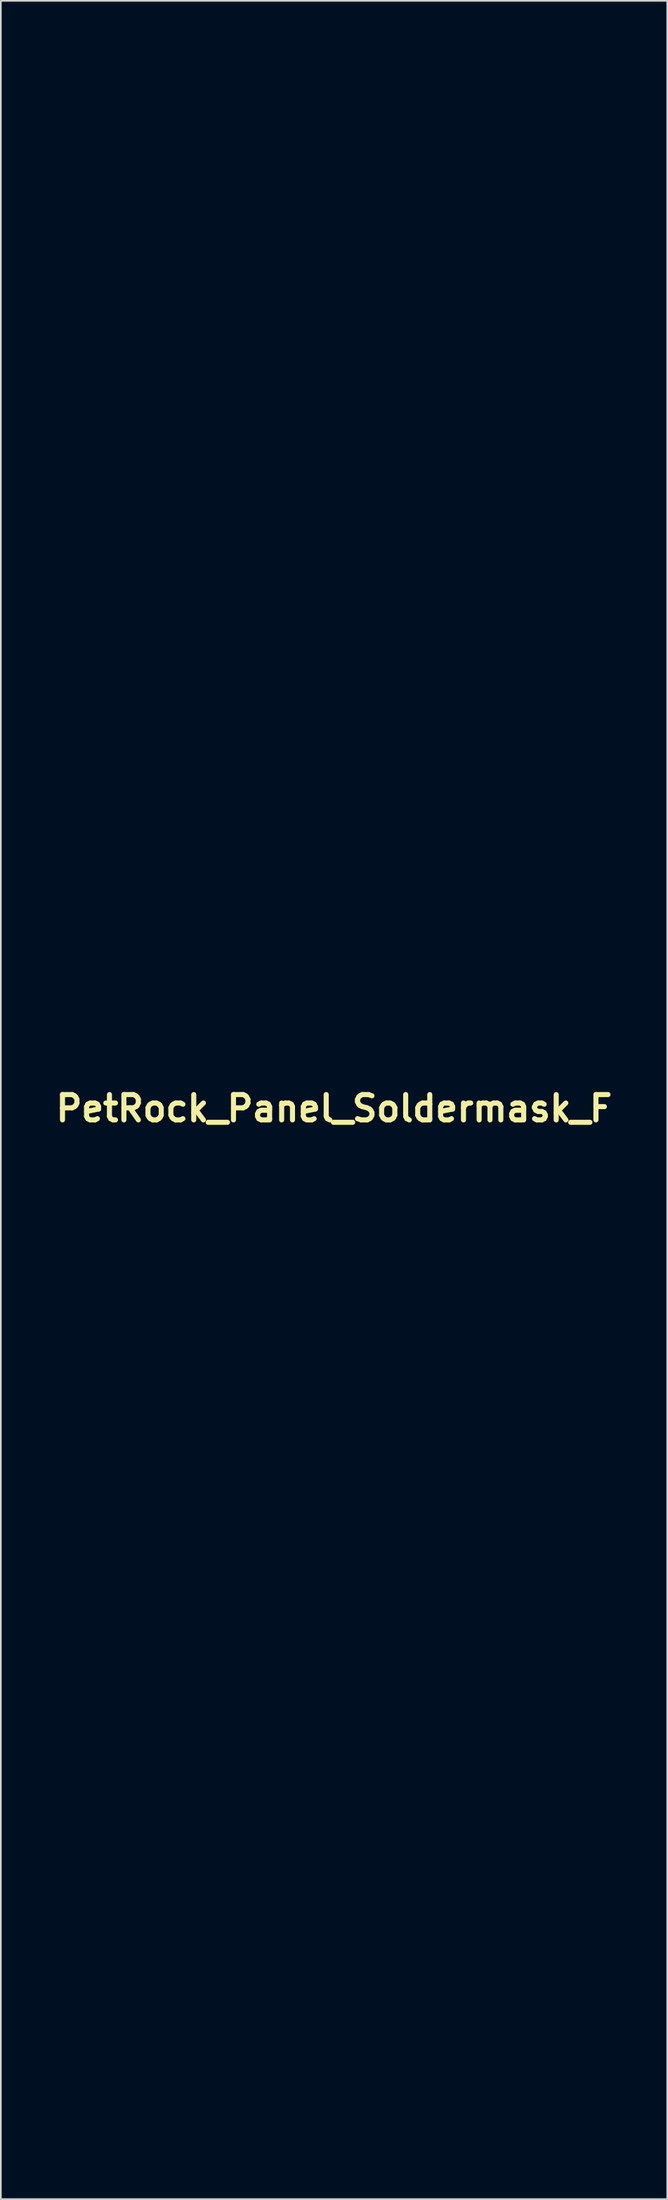
<source format=kicad_pcb>
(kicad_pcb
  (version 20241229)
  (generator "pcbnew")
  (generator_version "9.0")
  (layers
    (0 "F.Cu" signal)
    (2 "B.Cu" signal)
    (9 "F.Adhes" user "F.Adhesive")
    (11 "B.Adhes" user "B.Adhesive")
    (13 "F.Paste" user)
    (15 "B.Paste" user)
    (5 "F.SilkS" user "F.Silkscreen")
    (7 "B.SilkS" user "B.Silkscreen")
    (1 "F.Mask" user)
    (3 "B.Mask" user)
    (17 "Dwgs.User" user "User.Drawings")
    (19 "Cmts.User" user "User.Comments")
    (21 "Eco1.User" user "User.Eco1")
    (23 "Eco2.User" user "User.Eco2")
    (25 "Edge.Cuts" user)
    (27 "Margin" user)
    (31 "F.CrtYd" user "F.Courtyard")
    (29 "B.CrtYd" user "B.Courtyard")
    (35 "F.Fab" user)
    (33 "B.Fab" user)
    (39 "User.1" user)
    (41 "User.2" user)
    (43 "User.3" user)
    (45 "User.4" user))
  (footprint "PetRock_Panel_Soldermask_F"
    (layer "F.Cu")
    (at 16.764 62.615)
    (property "Reference" "PetRock_Panel_Soldermask_F" (at 0 0 0) (layer "F.SilkS") (effects (font (size 1.5 1.5) (thickness 0.3))))
    (attr board_only exclude_from_pos_files exclude_from_bom)
    (fp_poly (pts (xy -5.809 -30.628) (xy -5.809 -29.789) (xy -6.003 -29.789) (xy -6.197 -29.789) (xy -6.197 -30.628) (xy -6.197 -31.468) (xy -6.003 -31.468) (xy -5.809 -31.468)) (stroke (width 0) (type solid)) (fill yes) (layer "F.Mask"))
    (fp_poly (pts (xy -5.39 47.863) (xy -5.39 48.702) (xy -5.583 48.702) (xy -5.777 48.702) (xy -5.777 47.863) (xy -5.777 47.024) (xy -5.583 47.024) (xy -5.39 47.024)) (stroke (width 0) (type solid)) (fill yes) (layer "F.Mask"))
    (fp_poly (pts (xy -4.97 -61.257) (xy -4.97 -61.031) (xy -7.488 -61.031) (xy -10.005 -61.031) (xy -10.005 -61.257) (xy -10.005 -61.483) (xy -7.488 -61.483) (xy -4.97 -61.483)) (stroke (width 0) (type solid)) (fill yes) (layer "F.Mask"))
    (fp_poly (pts (xy -4.97 61.386) (xy -4.97 61.612) (xy -7.488 61.612) (xy -10.005 61.612) (xy -10.005 61.386) (xy -10.005 61.16) (xy -7.488 61.16) (xy -4.97 61.16)) (stroke (width 0) (type solid)) (fill yes) (layer "F.Mask"))
    (fp_poly (pts (xy 2.776 57.578) (xy 2.776 58.255) (xy 2.598 58.255) (xy 2.421 58.255) (xy 2.421 57.578) (xy 2.421 56.9) (xy 2.598 56.9) (xy 2.776 56.9)) (stroke (width 0) (type solid)) (fill yes) (layer "F.Mask"))
    (fp_poly (pts (xy 10.005 -61.257) (xy 10.005 -61.031) (xy 8.472 -61.031) (xy 6.939 -61.031) (xy 6.939 -61.257) (xy 6.939 -61.483) (xy 8.472 -61.483) (xy 10.005 -61.483)) (stroke (width 0) (type solid)) (fill yes) (layer "F.Mask"))
    (fp_poly (pts (xy 10.005 61.386) (xy 10.005 61.612) (xy 4.986 61.612) (xy -0.032 61.612) (xy -0.032 61.386) (xy -0.032 61.16) (xy 4.986 61.16) (xy 10.005 61.16)) (stroke (width 0) (type solid)) (fill yes) (layer "F.Mask"))
    (fp_poly (pts (xy -5.906 8.569) (xy -5.906 8.714) (xy -6.294 8.714) (xy -6.681 8.714) (xy -6.681 9.408) (xy -6.681 10.102) (xy -6.874 10.102) (xy -7.068 10.102) (xy -7.068 9.408) (xy -7.068 8.714) (xy -7.455 8.714) (xy -7.843 8.714) (xy -7.843 8.569) (xy -7.843 8.424) (xy -6.874 8.424) (xy -5.906 8.424)) (stroke (width 0) (type solid)) (fill yes) (layer "F.Mask"))
    (fp_poly (pts (xy -5.874 -1.985) (xy -5.874 -1.84) (xy -6.261 -1.84) (xy -6.649 -1.84) (xy -6.649 -1.146) (xy -6.649 -0.452) (xy -6.842 -0.452) (xy -7.036 -0.452) (xy -7.036 -1.146) (xy -7.036 -1.84) (xy -7.423 -1.84) (xy -7.81 -1.84) (xy -7.81 -1.985) (xy -7.81 -2.13) (xy -6.842 -2.13) (xy -5.874 -2.13)) (stroke (width 0) (type solid)) (fill yes) (layer "F.Mask"))
    (fp_poly (pts (xy 6.939 -62.112) (xy 6.939 -61.967) (xy 6.568 -61.967) (xy 6.197 -61.967) (xy 6.197 -61.321) (xy 6.197 -60.676) (xy 5.987 -60.676) (xy 5.777 -60.676) (xy 5.777 -61.321) (xy 5.777 -61.967) (xy 5.39 -61.967) (xy 5.003 -61.967) (xy 5.003 -62.112) (xy 5.003 -62.257) (xy 5.971 -62.257) (xy 6.939 -62.257)) (stroke (width 0) (type solid)) (fill yes) (layer "F.Mask"))
    (fp_poly (pts (xy 7.778 -31.29) (xy 7.778 -31.145) (xy 7.391 -31.145) (xy 7.004 -31.145) (xy 7.004 -30.451) (xy 7.004 -29.757) (xy 6.81 -29.757) (xy 6.616 -29.757) (xy 6.616 -30.451) (xy 6.616 -31.145) (xy 6.229 -31.145) (xy 5.842 -31.145) (xy 5.842 -31.29) (xy 5.842 -31.435) (xy 6.81 -31.435) (xy 7.778 -31.435)) (stroke (width 0) (type solid)) (fill yes) (layer "F.Mask"))
    (fp_poly (pts (xy 8.23 52.43) (xy 8.23 52.575) (xy 7.843 52.575) (xy 7.455 52.575) (xy 7.455 53.269) (xy 7.455 53.963) (xy 7.262 53.963) (xy 7.068 53.963) (xy 7.068 53.269) (xy 7.068 52.575) (xy 6.681 52.575) (xy 6.294 52.575) (xy 6.294 52.43) (xy 6.294 52.285) (xy 7.262 52.285) (xy 8.23 52.285)) (stroke (width 0) (type solid)) (fill yes) (layer "F.Mask"))
    (fp_poly (pts (xy -5.906 13.862) (xy -5.906 14.007) (xy -6.568 14.007) (xy -7.229 14.007) (xy -7.229 14.233) (xy -7.229 14.459) (xy -6.874 14.459) (xy -6.519 14.459) (xy -6.519 14.604) (xy -6.519 14.749) (xy -6.874 14.749) (xy -7.229 14.749) (xy -7.229 15.072) (xy -7.229 15.395) (xy -7.423 15.395) (xy -7.617 15.395) (xy -7.617 14.556) (xy -7.617 13.717) (xy -6.761 13.717) (xy -5.906 13.717)) (stroke (width 0) (type solid)) (fill yes) (layer "F.Mask"))
    (fp_poly (pts (xy 0.387 56.722) (xy 0.387 56.868) (xy -0.274 56.868) (xy -0.936 56.868) (xy -0.936 57.094) (xy -0.936 57.319) (xy -0.581 57.319) (xy -0.226 57.319) (xy -0.226 57.465) (xy -0.226 57.61) (xy -0.581 57.61) (xy -0.936 57.61) (xy -0.936 57.933) (xy -0.936 58.255) (xy -1.13 58.255) (xy -1.323 58.255) (xy -1.323 57.416) (xy -1.323 56.577) (xy -0.468 56.577) (xy 0.387 56.577)) (stroke (width 0) (type solid)) (fill yes) (layer "F.Mask"))
    (fp_poly (pts (xy 6.882 -5.739) (xy 7.154 -5.671) (xy 7.402 -5.549) (xy 7.621 -5.381) (xy 7.806 -5.175) (xy 7.95 -4.94) (xy 8.048 -4.682) (xy 8.094 -4.41) (xy 8.082 -4.133) (xy 8.076 -4.095) (xy 7.989 -3.793) (xy 7.851 -3.526) (xy 7.666 -3.298) (xy 7.44 -3.114) (xy 7.176 -2.979) (xy 6.88 -2.898) (xy 6.834 -2.89) (xy 6.681 -2.868) (xy 6.681 -4.317) (xy 6.681 -5.766)) (stroke (width 0) (type solid)) (fill yes) (layer "F.Mask"))
    (fp_poly (pts (xy -7.455 54.85) (xy -7.455 54.996) (xy -8.117 54.996) (xy -8.779 54.996) (xy -8.779 55.173) (xy -8.779 55.351) (xy -8.391 55.351) (xy -8.004 55.351) (xy -8.004 55.496) (xy -8.004 55.641) (xy -8.391 55.641) (xy -8.779 55.641) (xy -8.779 55.851) (xy -8.779 56.061) (xy -8.101 56.061) (xy -7.423 56.061) (xy -7.423 56.222) (xy -7.423 56.383) (xy -8.295 56.383) (xy -9.166 56.383) (xy -9.166 55.544) (xy -9.166 54.705) (xy -8.311 54.705) (xy -7.455 54.705)) (stroke (width 0) (type solid)) (fill yes) (layer "F.Mask"))
    (fp_poly (pts (xy -5.293 9.005) (xy -5.293 9.263) (xy -4.777 9.263) (xy -4.26 9.263) (xy -4.26 9.005) (xy -4.26 8.746) (xy -4.083 8.746) (xy -3.905 8.746) (xy -3.905 9.424) (xy -3.905 10.102) (xy -4.083 10.102) (xy -4.26 10.102) (xy -4.26 9.811) (xy -4.26 9.521) (xy -4.777 9.521) (xy -5.293 9.521) (xy -5.293 9.811) (xy -5.293 10.102) (xy -5.471 10.102) (xy -5.648 10.102) (xy -5.648 9.424) (xy -5.648 8.746) (xy -5.471 8.746) (xy -5.293 8.746)) (stroke (width 0) (type solid)) (fill yes) (layer "F.Mask"))
    (fp_poly (pts (xy -3.647 3.647) (xy -3.647 3.776) (xy -4.212 3.776) (xy -4.777 3.776) (xy -4.777 3.905) (xy -4.777 4.034) (xy -4.454 4.034) (xy -4.131 4.034) (xy -4.131 4.163) (xy -4.131 4.293) (xy -4.454 4.293) (xy -4.777 4.293) (xy -4.777 4.454) (xy -4.777 4.615) (xy -4.196 4.615) (xy -3.615 4.615) (xy -3.615 4.744) (xy -3.615 4.873) (xy -4.373 4.873) (xy -5.132 4.873) (xy -5.132 4.196) (xy -5.132 3.518) (xy -4.389 3.518) (xy -3.647 3.518)) (stroke (width 0) (type solid)) (fill yes) (layer "F.Mask"))
    (fp_poly (pts (xy 1.614 27.433) (xy 1.614 27.756) (xy 2.227 27.756) (xy 2.84 27.756) (xy 2.84 27.433) (xy 2.84 27.111) (xy 3.034 27.111) (xy 3.227 27.111) (xy 3.227 27.95) (xy 3.227 28.789) (xy 3.034 28.789) (xy 2.84 28.789) (xy 2.84 28.418) (xy 2.84 28.047) (xy 2.227 28.047) (xy 1.614 28.047) (xy 1.614 28.418) (xy 1.614 28.789) (xy 1.42 28.789) (xy 1.226 28.789) (xy 1.226 27.95) (xy 1.226 27.111) (xy 1.42 27.111) (xy 1.614 27.111)) (stroke (width 0) (type solid)) (fill yes) (layer "F.Mask"))
    (fp_poly (pts (xy 4.712 57.029) (xy 4.712 57.158) (xy 4.147 57.158) (xy 3.582 57.158) (xy 3.582 57.287) (xy 3.582 57.416) (xy 3.905 57.416) (xy 4.228 57.416) (xy 4.228 57.545) (xy 4.228 57.674) (xy 3.905 57.674) (xy 3.582 57.674) (xy 3.582 57.836) (xy 3.582 57.997) (xy 4.163 57.997) (xy 4.744 57.997) (xy 4.744 58.126) (xy 4.744 58.255) (xy 3.986 58.255) (xy 3.227 58.255) (xy 3.227 57.578) (xy 3.227 56.9) (xy 3.97 56.9) (xy 4.712 56.9)) (stroke (width 0) (type solid)) (fill yes) (layer "F.Mask"))
    (fp_poly (pts (xy 4.809 -62.112) (xy 4.809 -61.967) (xy 4.147 -61.967) (xy 3.486 -61.967) (xy 3.486 -61.789) (xy 3.486 -61.612) (xy 3.873 -61.612) (xy 4.26 -61.612) (xy 4.26 -61.483) (xy 4.26 -61.354) (xy 3.873 -61.354) (xy 3.486 -61.354) (xy 3.486 -61.16) (xy 3.486 -60.966) (xy 4.163 -60.966) (xy 4.841 -60.966) (xy 4.841 -60.821) (xy 4.841 -60.676) (xy 3.97 -60.676) (xy 3.098 -60.676) (xy 3.098 -61.467) (xy 3.098 -62.257) (xy 3.954 -62.257) (xy 4.809 -62.257)) (stroke (width 0) (type solid)) (fill yes) (layer "F.Mask"))
    (fp_poly (pts (xy 9.682 27.256) (xy 9.682 27.401) (xy 9.021 27.401) (xy 8.359 27.401) (xy 8.359 27.579) (xy 8.359 27.756) (xy 8.746 27.756) (xy 9.134 27.756) (xy 9.134 27.901) (xy 9.134 28.047) (xy 8.746 28.047) (xy 8.359 28.047) (xy 8.359 28.256) (xy 8.359 28.466) (xy 9.037 28.466) (xy 9.715 28.466) (xy 9.715 28.627) (xy 9.715 28.789) (xy 8.843 28.789) (xy 7.972 28.789) (xy 7.972 27.95) (xy 7.972 27.111) (xy 8.827 27.111) (xy 9.682 27.111)) (stroke (width 0) (type solid)) (fill yes) (layer "F.Mask"))
    (fp_poly (pts (xy -3.09 -12.032) (xy -2.871 -12.022) (xy -3.291 -11.573) (xy -3.712 -11.124) (xy -3.712 -10.742) (xy -3.712 -10.36) (xy -3.921 -10.36) (xy -4.131 -10.36) (xy -4.131 -10.744) (xy -4.131 -11.127) (xy -4.428 -11.446) (xy -4.551 -11.578) (xy -4.672 -11.707) (xy -4.776 -11.819) (xy -4.851 -11.898) (xy -4.854 -11.901) (xy -4.984 -12.038) (xy -4.721 -12.038) (xy -4.458 -12.038) (xy -4.174 -11.718) (xy -3.89 -11.398) (xy -3.728 -11.581) (xy -3.626 -11.696) (xy -3.518 -11.815) (xy -3.437 -11.903) (xy -3.308 -12.042)) (stroke (width 0) (type solid)) (fill yes) (layer "F.Mask"))
    (fp_poly (pts (xy 6.713 17.885) (xy 6.713 18.229) (xy 6.712 18.514) (xy 6.711 18.745) (xy 6.709 18.928) (xy 6.706 19.069) (xy 6.702 19.173) (xy 6.696 19.245) (xy 6.689 19.291) (xy 6.68 19.317) (xy 6.668 19.328) (xy 6.657 19.33) (xy 6.594 19.322) (xy 6.496 19.304) (xy 6.423 19.288) (xy 6.149 19.198) (xy 5.904 19.055) (xy 5.693 18.868) (xy 5.522 18.646) (xy 5.396 18.395) (xy 5.321 18.124) (xy 5.302 17.841) (xy 5.317 17.686) (xy 5.391 17.395) (xy 5.518 17.131) (xy 5.69 16.902) (xy 5.901 16.713) (xy 6.146 16.571) (xy 6.417 16.482) (xy 6.512 16.466) (xy 6.713 16.438)) (stroke (width 0) (type solid)) (fill yes) (layer "F.Mask"))
    (fp_poly (pts (xy 5.237 56.904) (xy 5.286 56.918) (xy 5.347 56.948) (xy 5.427 56.999) (xy 5.534 57.076) (xy 5.675 57.182) (xy 5.859 57.324) (xy 5.877 57.338) (xy 6.439 57.775) (xy 6.448 57.338) (xy 6.457 56.9) (xy 6.617 56.9) (xy 6.778 56.9) (xy 6.778 57.578) (xy 6.778 58.255) (xy 6.655 58.255) (xy 6.61 58.252) (xy 6.561 58.237) (xy 6.501 58.207) (xy 6.422 58.155) (xy 6.316 58.079) (xy 6.176 57.972) (xy 5.995 57.829) (xy 5.97 57.809) (xy 5.406 57.362) (xy 5.397 57.809) (xy 5.388 58.255) (xy 5.228 58.255) (xy 5.067 58.255) (xy 5.067 57.578) (xy 5.067 56.9) (xy 5.191 56.9)) (stroke (width 0) (type solid)) (fill yes) (layer "F.Mask"))
    (fp_poly (pts (xy -3.421 -30.628) (xy -3.421 -29.789) (xy -3.56 -29.789) (xy -3.604 -29.791) (xy -3.646 -29.799) (xy -3.694 -29.819) (xy -3.753 -29.855) (xy -3.831 -29.911) (xy -3.934 -29.993) (xy -4.07 -30.104) (xy -4.243 -30.251) (xy -4.359 -30.349) (xy -5.019 -30.908) (xy -5.027 -30.349) (xy -5.036 -29.789) (xy -5.213 -29.789) (xy -5.39 -29.789) (xy -5.39 -30.628) (xy -5.39 -31.468) (xy -5.253 -31.467) (xy -5.209 -31.466) (xy -5.167 -31.457) (xy -5.119 -31.436) (xy -5.059 -31.4) (xy -4.979 -31.342) (xy -4.874 -31.259) (xy -4.737 -31.146) (xy -4.56 -30.998) (xy -4.454 -30.908) (xy -3.792 -30.348) (xy -3.783 -30.908) (xy -3.775 -31.468) (xy -3.598 -31.468) (xy -3.421 -31.468)) (stroke (width 0) (type solid)) (fill yes) (layer "F.Mask"))
    (fp_poly (pts (xy -3.002 47.863) (xy -3.002 48.702) (xy -3.141 48.702) (xy -3.184 48.7) (xy -3.227 48.692) (xy -3.274 48.672) (xy -3.334 48.637) (xy -3.412 48.58) (xy -3.515 48.499) (xy -3.65 48.387) (xy -3.824 48.241) (xy -3.939 48.143) (xy -4.599 47.583) (xy -4.608 48.143) (xy -4.617 48.702) (xy -4.794 48.702) (xy -4.97 48.702) (xy -4.97 47.863) (xy -4.97 47.024) (xy -4.833 47.024) (xy -4.79 47.026) (xy -4.747 47.035) (xy -4.699 47.055) (xy -4.639 47.092) (xy -4.56 47.149) (xy -4.455 47.232) (xy -4.317 47.346) (xy -4.141 47.494) (xy -4.034 47.584) (xy -3.373 48.144) (xy -3.364 47.584) (xy -3.355 47.024) (xy -3.178 47.024) (xy -3.002 47.024)) (stroke (width 0) (type solid)) (fill yes) (layer "F.Mask"))
    (fp_poly (pts (xy 6.637 10.949) (xy 6.816 11.016) (xy 6.863 11.038) (xy 7.114 11.195) (xy 7.323 11.393) (xy 7.486 11.624) (xy 7.6 11.879) (xy 7.664 12.15) (xy 7.675 12.429) (xy 7.63 12.707) (xy 7.527 12.977) (xy 7.478 13.067) (xy 7.342 13.252) (xy 7.172 13.421) (xy 6.982 13.564) (xy 6.785 13.67) (xy 6.596 13.73) (xy 6.543 13.737) (xy 6.397 13.73) (xy 6.24 13.688) (xy 5.981 13.56) (xy 5.756 13.383) (xy 5.57 13.167) (xy 5.429 12.92) (xy 5.338 12.652) (xy 5.301 12.37) (xy 5.317 12.135) (xy 5.392 11.841) (xy 5.521 11.573) (xy 5.698 11.34) (xy 5.917 11.149) (xy 6.122 11.03) (xy 6.31 10.957) (xy 6.475 10.929)) (stroke (width 0) (type solid)) (fill yes) (layer "F.Mask"))
    (fp_poly (pts (xy 6.94 5.368) (xy 7.201 5.437) (xy 7.442 5.554) (xy 7.658 5.713) (xy 7.841 5.912) (xy 7.986 6.144) (xy 8.084 6.407) (xy 8.13 6.696) (xy 8.132 6.778) (xy 8.103 7.068) (xy 8.015 7.341) (xy 7.877 7.591) (xy 7.693 7.809) (xy 7.47 7.988) (xy 7.215 8.12) (xy 6.957 8.195) (xy 6.806 8.219) (xy 6.685 8.225) (xy 6.562 8.213) (xy 6.423 8.186) (xy 6.145 8.094) (xy 5.897 7.948) (xy 5.683 7.754) (xy 5.509 7.519) (xy 5.383 7.25) (xy 5.319 7.012) (xy 5.3 6.737) (xy 5.339 6.462) (xy 5.43 6.197) (xy 5.569 5.952) (xy 5.749 5.737) (xy 5.966 5.564) (xy 6.107 5.486) (xy 6.386 5.388) (xy 6.666 5.35)) (stroke (width 0) (type solid)) (fill yes) (layer "F.Mask"))
    (fp_poly (pts (xy 7.095 -0.145) (xy 7.295 -0.064) (xy 7.492 0.061) (xy 7.675 0.22) (xy 7.831 0.405) (xy 7.944 0.596) (xy 8.05 0.888) (xy 8.092 1.177) (xy 8.07 1.466) (xy 7.984 1.758) (xy 7.924 1.893) (xy 7.793 2.107) (xy 7.629 2.29) (xy 7.443 2.44) (xy 7.242 2.549) (xy 7.037 2.614) (xy 6.837 2.629) (xy 6.651 2.59) (xy 6.646 2.587) (xy 6.38 2.448) (xy 6.157 2.268) (xy 5.978 2.054) (xy 5.845 1.814) (xy 5.759 1.556) (xy 5.722 1.287) (xy 5.736 1.015) (xy 5.802 0.748) (xy 5.922 0.493) (xy 6.098 0.258) (xy 6.143 0.211) (xy 6.302 0.076) (xy 6.481 -0.038) (xy 6.664 -0.122) (xy 6.833 -0.168) (xy 6.904 -0.174)) (stroke (width 0) (type solid)) (fill yes) (layer "F.Mask"))
    (fp_poly (pts (xy -6.971 -47.347) (xy -6.971 -47.153) (xy -7.536 -47.153) (xy -8.101 -47.153) (xy -7.644 -46.806) (xy -7.495 -46.692) (xy -7.365 -46.589) (xy -7.263 -46.505) (xy -7.196 -46.447) (xy -7.174 -46.422) (xy -7.195 -46.392) (xy -7.26 -46.331) (xy -7.361 -46.245) (xy -7.49 -46.141) (xy -7.628 -46.035) (xy -8.094 -45.684) (xy -7.532 -45.676) (xy -6.971 -45.667) (xy -6.971 -45.506) (xy -6.971 -45.346) (xy -7.81 -45.346) (xy -8.65 -45.346) (xy -8.65 -45.502) (xy -8.647 -45.582) (xy -8.634 -45.639) (xy -8.598 -45.69) (xy -8.529 -45.752) (xy -8.448 -45.816) (xy -8.336 -45.904) (xy -8.194 -46.015) (xy -8.044 -46.133) (xy -7.947 -46.21) (xy -7.648 -46.447) (xy -8.141 -46.824) (xy -8.633 -47.202) (xy -8.643 -47.371) (xy -8.653 -47.54) (xy -7.812 -47.54) (xy -6.971 -47.54)) (stroke (width 0) (type solid)) (fill yes) (layer "F.Mask"))
    (fp_poly (pts (xy -6.778 55.577) (xy -6.778 56.125) (xy -6.31 56.125) (xy -5.842 56.125) (xy -5.842 55.577) (xy -5.842 55.028) (xy -5.664 55.028) (xy -5.487 55.028) (xy -5.487 55.572) (xy -5.489 55.815) (xy -5.496 56.002) (xy -5.511 56.14) (xy -5.534 56.237) (xy -5.567 56.301) (xy -5.611 56.341) (xy -5.638 56.354) (xy -5.694 56.363) (xy -5.803 56.371) (xy -5.954 56.378) (xy -6.134 56.382) (xy -6.333 56.383) (xy -6.34 56.383) (xy -6.559 56.383) (xy -6.722 56.381) (xy -6.839 56.376) (xy -6.921 56.369) (xy -6.976 56.357) (xy -7.015 56.34) (xy -7.04 56.322) (xy -7.067 56.298) (xy -7.086 56.27) (xy -7.101 56.229) (xy -7.11 56.163) (xy -7.117 56.066) (xy -7.122 55.926) (xy -7.126 55.735) (xy -7.127 55.644) (xy -7.138 55.028) (xy -6.958 55.028) (xy -6.778 55.028)) (stroke (width 0) (type solid)) (fill yes) (layer "F.Mask"))
    (fp_poly (pts (xy -5.293 -1.259) (xy -5.293 -0.71) (xy -4.825 -0.71) (xy -4.357 -0.71) (xy -4.357 -1.259) (xy -4.357 -1.807) (xy -4.18 -1.807) (xy -4.002 -1.807) (xy -4.002 -1.264) (xy -4.004 -1.02) (xy -4.012 -0.833) (xy -4.026 -0.695) (xy -4.049 -0.598) (xy -4.082 -0.534) (xy -4.126 -0.495) (xy -4.153 -0.482) (xy -4.21 -0.472) (xy -4.319 -0.464) (xy -4.469 -0.458) (xy -4.65 -0.453) (xy -4.849 -0.452) (xy -4.856 -0.452) (xy -5.074 -0.452) (xy -5.237 -0.454) (xy -5.355 -0.459) (xy -5.436 -0.467) (xy -5.492 -0.479) (xy -5.53 -0.495) (xy -5.556 -0.513) (xy -5.582 -0.537) (xy -5.602 -0.565) (xy -5.616 -0.607) (xy -5.626 -0.672) (xy -5.632 -0.77) (xy -5.637 -0.909) (xy -5.641 -1.1) (xy -5.642 -1.191) (xy -5.653 -1.807) (xy -5.473 -1.807) (xy -5.293 -1.807)) (stroke (width 0) (type solid)) (fill yes) (layer "F.Mask"))
    (fp_poly (pts (xy -5.228 25.206) (xy -5.228 25.755) (xy -4.76 25.755) (xy -4.293 25.755) (xy -4.293 25.206) (xy -4.293 24.658) (xy -4.115 24.658) (xy -3.937 24.658) (xy -3.937 25.202) (xy -3.94 25.445) (xy -3.947 25.632) (xy -3.962 25.77) (xy -3.985 25.867) (xy -4.017 25.931) (xy -4.062 25.971) (xy -4.089 25.983) (xy -4.145 25.993) (xy -4.254 26.001) (xy -4.405 26.007) (xy -4.585 26.012) (xy -4.784 26.013) (xy -4.791 26.013) (xy -5.009 26.013) (xy -5.172 26.011) (xy -5.29 26.006) (xy -5.372 25.998) (xy -5.427 25.986) (xy -5.465 25.97) (xy -5.491 25.952) (xy -5.518 25.928) (xy -5.537 25.9) (xy -5.551 25.858) (xy -5.561 25.793) (xy -5.568 25.696) (xy -5.572 25.556) (xy -5.576 25.365) (xy -5.578 25.274) (xy -5.589 24.658) (xy -5.408 24.658) (xy -5.228 24.658)) (stroke (width 0) (type solid)) (fill yes) (layer "F.Mask"))
    (fp_poly (pts (xy 4.002 -30.758) (xy 4.002 -30.08) (xy 4.551 -30.08) (xy 5.099 -30.08) (xy 5.099 -30.758) (xy 5.099 -31.435) (xy 5.312 -31.435) (xy 5.524 -31.435) (xy 5.512 -30.701) (xy 5.507 -30.487) (xy 5.501 -30.292) (xy 5.494 -30.127) (xy 5.485 -30.001) (xy 5.477 -29.925) (xy 5.473 -29.909) (xy 5.445 -29.862) (xy 5.404 -29.826) (xy 5.342 -29.799) (xy 5.252 -29.78) (xy 5.125 -29.768) (xy 4.955 -29.761) (xy 4.732 -29.758) (xy 4.56 -29.758) (xy 4.294 -29.759) (xy 4.087 -29.764) (xy 3.936 -29.772) (xy 3.834 -29.783) (xy 3.778 -29.798) (xy 3.777 -29.799) (xy 3.728 -29.828) (xy 3.689 -29.865) (xy 3.661 -29.919) (xy 3.641 -29.996) (xy 3.628 -30.106) (xy 3.62 -30.256) (xy 3.616 -30.454) (xy 3.615 -30.708) (xy 3.615 -30.717) (xy 3.615 -31.435) (xy 3.808 -31.435) (xy 4.002 -31.435)) (stroke (width 0) (type solid)) (fill yes) (layer "F.Mask"))
    (fp_poly (pts (xy 4.454 52.962) (xy 4.454 53.64) (xy 5.003 53.64) (xy 5.551 53.64) (xy 5.551 52.962) (xy 5.551 52.285) (xy 5.764 52.285) (xy 5.976 52.285) (xy 5.964 53.019) (xy 5.959 53.233) (xy 5.953 53.428) (xy 5.945 53.593) (xy 5.937 53.719) (xy 5.929 53.795) (xy 5.925 53.811) (xy 5.897 53.858) (xy 5.856 53.894) (xy 5.794 53.921) (xy 5.704 53.94) (xy 5.577 53.952) (xy 5.407 53.959) (xy 5.184 53.962) (xy 5.012 53.962) (xy 4.746 53.961) (xy 4.539 53.956) (xy 4.388 53.948) (xy 4.286 53.937) (xy 4.23 53.922) (xy 4.229 53.921) (xy 4.179 53.892) (xy 4.141 53.855) (xy 4.113 53.801) (xy 4.093 53.724) (xy 4.08 53.614) (xy 4.072 53.464) (xy 4.068 53.266) (xy 4.067 53.012) (xy 4.067 53.003) (xy 4.067 52.285) (xy 4.26 52.285) (xy 4.454 52.285)) (stroke (width 0) (type solid)) (fill yes) (layer "F.Mask"))
    (fp_poly (pts (xy -5.763 -12.037) (xy -5.567 -12.036) (xy -5.094 -11.198) (xy -4.622 -10.36) (xy -4.844 -10.36) (xy -5.066 -10.36) (xy -5.164 -10.554) (xy -5.262 -10.747) (xy -5.788 -10.747) (xy -6.314 -10.747) (xy -6.406 -10.554) (xy -6.499 -10.36) (xy -6.701 -10.36) (xy -6.903 -10.36) (xy -6.644 -10.82) (xy -6.534 -11.016) (xy -6.507 -11.063) (xy -6.127 -11.063) (xy -6.101 -11.053) (xy -6.024 -11.045) (xy -5.906 -11.039) (xy -5.782 -11.038) (xy -5.426 -11.038) (xy -5.574 -11.32) (xy -5.641 -11.445) (xy -5.7 -11.551) (xy -5.744 -11.622) (xy -5.758 -11.643) (xy -5.783 -11.648) (xy -5.818 -11.614) (xy -5.87 -11.536) (xy -5.944 -11.407) (xy -5.955 -11.385) (xy -6.023 -11.26) (xy -6.079 -11.155) (xy -6.116 -11.085) (xy -6.127 -11.063) (xy -6.507 -11.063) (xy -6.413 -11.23) (xy -6.296 -11.439) (xy -6.193 -11.621) (xy -6.172 -11.659) (xy -5.959 -12.038)) (stroke (width 0) (type solid)) (fill yes) (layer "F.Mask"))
    (fp_poly (pts (xy 4.565 27.112) (xy 4.76 27.113) (xy 5.233 27.951) (xy 5.706 28.789) (xy 5.484 28.789) (xy 5.262 28.789) (xy 5.164 28.595) (xy 5.066 28.402) (xy 4.54 28.402) (xy 4.014 28.402) (xy 3.921 28.595) (xy 3.829 28.789) (xy 3.627 28.789) (xy 3.425 28.789) (xy 3.684 28.329) (xy 3.794 28.133) (xy 3.82 28.086) (xy 4.201 28.086) (xy 4.227 28.096) (xy 4.304 28.104) (xy 4.422 28.109) (xy 4.546 28.111) (xy 4.902 28.111) (xy 4.754 27.829) (xy 4.687 27.704) (xy 4.627 27.598) (xy 4.584 27.526) (xy 4.57 27.506) (xy 4.545 27.501) (xy 4.51 27.535) (xy 4.458 27.613) (xy 4.384 27.742) (xy 4.373 27.764) (xy 4.305 27.889) (xy 4.249 27.994) (xy 4.212 28.064) (xy 4.201 28.086) (xy 3.82 28.086) (xy 3.914 27.919) (xy 4.032 27.71) (xy 4.134 27.528) (xy 4.156 27.49) (xy 4.369 27.111)) (stroke (width 0) (type solid)) (fill yes) (layer "F.Mask"))
    (fp_poly (pts (xy -4.207 19.994) (xy -4.095 20.177) (xy -3.995 20.343) (xy -3.913 20.482) (xy -3.851 20.587) (xy -3.816 20.65) (xy -3.81 20.664) (xy -3.838 20.677) (xy -3.913 20.685) (xy -3.995 20.688) (xy -4.181 20.688) (xy -4.26 20.543) (xy -4.34 20.397) (xy -4.792 20.397) (xy -5.245 20.397) (xy -5.322 20.543) (xy -5.369 20.626) (xy -5.411 20.67) (xy -5.471 20.686) (xy -5.573 20.688) (xy -5.747 20.688) (xy -5.699 20.599) (xy -5.668 20.545) (xy -5.61 20.446) (xy -5.53 20.311) (xy -5.434 20.15) (xy -5.427 20.139) (xy -5.094 20.139) (xy -4.787 20.139) (xy -4.481 20.139) (xy -4.601 19.921) (xy -4.682 19.776) (xy -4.738 19.684) (xy -4.779 19.644) (xy -4.817 19.653) (xy -4.86 19.711) (xy -4.918 19.817) (xy -4.945 19.867) (xy -5.094 20.139) (xy -5.427 20.139) (xy -5.327 19.973) (xy -5.301 19.929) (xy -4.951 19.349) (xy -4.776 19.349) (xy -4.602 19.349)) (stroke (width 0) (type solid)) (fill yes) (layer "F.Mask"))
    (fp_poly (pts (xy 7.371 36.367) (xy 7.693 36.447) (xy 7.99 36.584) (xy 8.271 36.781) (xy 8.443 36.937) (xy 8.669 37.193) (xy 8.838 37.458) (xy 8.956 37.748) (xy 9.029 38.063) (xy 9.052 38.22) (xy 9.063 38.34) (xy 9.061 38.452) (xy 9.045 38.581) (xy 9.03 38.677) (xy 8.941 39.031) (xy 8.798 39.357) (xy 8.604 39.649) (xy 8.366 39.902) (xy 8.086 40.111) (xy 7.771 40.272) (xy 7.505 40.359) (xy 7.336 40.387) (xy 7.129 40.402) (xy 6.907 40.402) (xy 6.695 40.387) (xy 6.517 40.359) (xy 6.511 40.357) (xy 6.185 40.246) (xy 5.887 40.082) (xy 5.623 39.871) (xy 5.397 39.619) (xy 5.215 39.335) (xy 5.081 39.023) (xy 5 38.692) (xy 4.976 38.346) (xy 4.98 38.264) (xy 5.03 37.903) (xy 5.135 37.574) (xy 5.298 37.271) (xy 5.521 36.989) (xy 5.592 36.916) (xy 5.862 36.692) (xy 6.166 36.521) (xy 6.498 36.405) (xy 6.852 36.347) (xy 7.019 36.341)) (stroke (width 0) (type solid)) (fill yes) (layer "F.Mask"))
    (fp_poly (pts (xy 8.133 -59.692) (xy 8.135 -59.56) (xy 8.139 -59.456) (xy 8.146 -59.395) (xy 8.151 -59.385) (xy 8.182 -59.402) (xy 8.257 -59.451) (xy 8.366 -59.524) (xy 8.501 -59.616) (xy 8.611 -59.691) (xy 9.053 -59.997) (xy 9.343 -59.998) (xy 9.634 -59.998) (xy 9.092 -59.637) (xy 8.904 -59.511) (xy 8.764 -59.414) (xy 8.669 -59.343) (xy 8.612 -59.292) (xy 8.588 -59.259) (xy 8.591 -59.238) (xy 8.592 -59.237) (xy 8.63 -59.207) (xy 8.713 -59.147) (xy 8.831 -59.062) (xy 8.978 -58.959) (xy 9.143 -58.844) (xy 9.196 -58.807) (xy 9.758 -58.417) (xy 9.443 -58.417) (xy 9.128 -58.417) (xy 8.675 -58.742) (xy 8.524 -58.85) (xy 8.389 -58.945) (xy 8.279 -59.02) (xy 8.205 -59.069) (xy 8.177 -59.084) (xy 8.157 -59.081) (xy 8.144 -59.045) (xy 8.137 -58.968) (xy 8.133 -58.84) (xy 8.133 -58.759) (xy 8.133 -58.417) (xy 7.94 -58.417) (xy 7.746 -58.417) (xy 7.746 -59.207) (xy 7.746 -59.998) (xy 7.94 -59.998) (xy 8.133 -59.998)) (stroke (width 0) (type solid)) (fill yes) (layer "F.Mask"))
    (fp_poly (pts (xy 1.678 -62.606) (xy 2.645 -62.596) (xy 2.735 -62.507) (xy 2.772 -62.467) (xy 2.797 -62.428) (xy 2.812 -62.377) (xy 2.82 -62.3) (xy 2.823 -62.185) (xy 2.824 -62.018) (xy 2.824 -62.015) (xy 2.824 -61.848) (xy 2.82 -61.732) (xy 2.812 -61.655) (xy 2.797 -61.603) (xy 2.772 -61.564) (xy 2.735 -61.525) (xy 2.735 -61.524) (xy 2.645 -61.434) (xy 1.92 -61.425) (xy 1.194 -61.415) (xy 1.194 -61.045) (xy 1.194 -60.676) (xy 0.952 -60.676) (xy 0.71 -60.676) (xy 0.71 -61.646) (xy 0.71 -62.015) (xy 1.194 -62.015) (xy 1.194 -61.773) (xy 1.735 -61.774) (xy 1.918 -61.776) (xy 2.08 -61.781) (xy 2.21 -61.788) (xy 2.296 -61.798) (xy 2.324 -61.805) (xy 2.356 -61.855) (xy 2.371 -61.958) (xy 2.372 -62.015) (xy 2.364 -62.141) (xy 2.339 -62.211) (xy 2.324 -62.226) (xy 2.276 -62.236) (xy 2.177 -62.245) (xy 2.036 -62.252) (xy 1.866 -62.256) (xy 1.735 -62.257) (xy 1.194 -62.257) (xy 1.194 -62.015) (xy 0.71 -62.015) (xy 0.71 -62.615)) (stroke (width 0) (type solid)) (fill yes) (layer "F.Mask"))
    (fp_poly (pts (xy 7.867 56.906) (xy 8.088 56.91) (xy 8.255 56.915) (xy 8.379 56.921) (xy 8.468 56.931) (xy 8.535 56.945) (xy 8.589 56.963) (xy 8.64 56.988) (xy 8.799 57.101) (xy 8.904 57.242) (xy 8.958 57.42) (xy 8.967 57.502) (xy 8.958 57.727) (xy 8.899 57.91) (xy 8.79 58.054) (xy 8.628 58.161) (xy 8.501 58.21) (xy 8.4 58.23) (xy 8.253 58.244) (xy 8.054 58.253) (xy 7.796 58.255) (xy 7.789 58.255) (xy 7.229 58.255) (xy 7.229 57.579) (xy 7.584 57.579) (xy 7.584 58.006) (xy 7.969 57.99) (xy 8.151 57.98) (xy 8.282 57.967) (xy 8.376 57.948) (xy 8.445 57.92) (xy 8.461 57.912) (xy 8.561 57.82) (xy 8.618 57.695) (xy 8.633 57.555) (xy 8.605 57.416) (xy 8.534 57.294) (xy 8.478 57.242) (xy 8.43 57.212) (xy 8.372 57.192) (xy 8.29 57.179) (xy 8.17 57.17) (xy 8 57.163) (xy 7.986 57.163) (xy 7.584 57.151) (xy 7.584 57.579) (xy 7.229 57.579) (xy 7.229 57.575) (xy 7.229 56.895)) (stroke (width 0) (type solid)) (fill yes) (layer "F.Mask"))
    (fp_poly (pts (xy -7.175 -6.989) (xy -7.056 -6.835) (xy -6.951 -6.7) (xy -6.865 -6.592) (xy -6.805 -6.519) (xy -6.776 -6.489) (xy -6.775 -6.489) (xy -6.751 -6.513) (xy -6.696 -6.581) (xy -6.614 -6.686) (xy -6.513 -6.819) (xy -6.399 -6.973) (xy -6.388 -6.987) (xy -6.019 -7.488) (xy -5.866 -7.488) (xy -5.713 -7.488) (xy -5.713 -6.649) (xy -5.713 -5.809) (xy -5.891 -5.809) (xy -6.07 -5.809) (xy -6.061 -6.393) (xy -6.059 -6.619) (xy -6.06 -6.781) (xy -6.066 -6.883) (xy -6.075 -6.926) (xy -6.084 -6.922) (xy -6.133 -6.847) (xy -6.209 -6.741) (xy -6.302 -6.615) (xy -6.405 -6.48) (xy -6.51 -6.345) (xy -6.609 -6.22) (xy -6.694 -6.116) (xy -6.758 -6.042) (xy -6.792 -6.01) (xy -6.794 -6.009) (xy -6.83 -6.031) (xy -6.897 -6.1) (xy -6.991 -6.211) (xy -7.107 -6.36) (xy -7.188 -6.466) (xy -7.536 -6.934) (xy -7.545 -6.372) (xy -7.554 -5.809) (xy -7.714 -5.809) (xy -7.875 -5.809) (xy -7.875 -6.649) (xy -7.875 -7.488) (xy -7.715 -7.488) (xy -7.556 -7.488)) (stroke (width 0) (type solid)) (fill yes) (layer "F.Mask"))
    (fp_poly (pts (xy 5.099 55.286) (xy 5.101 55.406) (xy 5.107 55.496) (xy 5.115 55.542) (xy 5.118 55.544) (xy 5.15 55.527) (xy 5.224 55.479) (xy 5.332 55.408) (xy 5.462 55.32) (xy 5.511 55.286) (xy 5.885 55.028) (xy 6.13 55.028) (xy 6.374 55.028) (xy 5.914 55.335) (xy 5.764 55.436) (xy 5.634 55.525) (xy 5.533 55.595) (xy 5.471 55.64) (xy 5.454 55.655) (xy 5.48 55.677) (xy 5.55 55.729) (xy 5.656 55.805) (xy 5.79 55.9) (xy 5.93 55.998) (xy 6.085 56.106) (xy 6.223 56.202) (xy 6.334 56.281) (xy 6.408 56.334) (xy 6.437 56.356) (xy 6.422 56.369) (xy 6.355 56.378) (xy 6.248 56.383) (xy 6.208 56.383) (xy 5.948 56.383) (xy 5.542 56.093) (xy 5.401 55.993) (xy 5.279 55.908) (xy 5.185 55.844) (xy 5.129 55.808) (xy 5.118 55.803) (xy 5.11 55.832) (xy 5.103 55.912) (xy 5.1 56.028) (xy 5.099 56.093) (xy 5.099 56.383) (xy 4.922 56.383) (xy 4.744 56.383) (xy 4.744 55.706) (xy 4.744 55.028) (xy 4.922 55.028) (xy 5.099 55.028)) (stroke (width 0) (type solid)) (fill yes) (layer "F.Mask"))
    (fp_poly (pts (xy -8.014 -12.037) (xy -7.799 -12.03) (xy -7.629 -12.017) (xy -7.495 -11.995) (xy -7.388 -11.964) (xy -7.298 -11.921) (xy -7.216 -11.864) (xy -7.188 -11.843) (xy -7.06 -11.713) (xy -6.978 -11.567) (xy -6.935 -11.39) (xy -6.925 -11.215) (xy -6.944 -10.979) (xy -7.006 -10.785) (xy -7.115 -10.626) (xy -7.192 -10.553) (xy -7.273 -10.493) (xy -7.359 -10.446) (xy -7.46 -10.412) (xy -7.585 -10.387) (xy -7.744 -10.372) (xy -7.945 -10.363) (xy -8.198 -10.36) (xy -8.284 -10.36) (xy -8.94 -10.36) (xy -8.94 -11.199) (xy -8.94 -11.214) (xy -8.553 -11.214) (xy -8.553 -10.674) (xy -8.124 -10.689) (xy -7.929 -10.698) (xy -7.786 -10.71) (xy -7.682 -10.727) (xy -7.602 -10.75) (xy -7.568 -10.766) (xy -7.44 -10.856) (xy -7.359 -10.983) (xy -7.323 -11.151) (xy -7.32 -11.231) (xy -7.343 -11.42) (xy -7.409 -11.568) (xy -7.517 -11.67) (xy -7.543 -11.684) (xy -7.625 -11.707) (xy -7.769 -11.725) (xy -7.972 -11.737) (xy -8.093 -11.741) (xy -8.553 -11.754) (xy -8.553 -11.214) (xy -8.94 -11.214) (xy -8.94 -12.038) (xy -8.284 -12.038)) (stroke (width 0) (type solid)) (fill yes) (layer "F.Mask"))
    (fp_poly (pts (xy -7.73 -54.665) (xy -7.502 -54.618) (xy -7.308 -54.519) (xy -7.153 -54.371) (xy -7.043 -54.178) (xy -7.035 -54.157) (xy -7.017 -54.072) (xy -7.002 -53.924) (xy -6.99 -53.713) (xy -6.981 -53.44) (xy -6.979 -53.342) (xy -6.965 -52.64) (xy -7.81 -52.64) (xy -8.655 -52.64) (xy -8.641 -53.342) (xy -8.638 -53.464) (xy -8.327 -53.464) (xy -8.327 -53.027) (xy -7.807 -53.027) (xy -7.287 -53.027) (xy -7.301 -53.455) (xy -7.312 -53.682) (xy -7.332 -53.856) (xy -7.363 -53.985) (xy -7.409 -54.079) (xy -7.471 -54.149) (xy -7.526 -54.188) (xy -7.638 -54.234) (xy -7.785 -54.253) (xy -7.827 -54.253) (xy -7.984 -54.241) (xy -8.103 -54.202) (xy -8.127 -54.188) (xy -8.2 -54.133) (xy -8.254 -54.064) (xy -8.29 -53.971) (xy -8.313 -53.844) (xy -8.324 -53.672) (xy -8.327 -53.464) (xy -8.638 -53.464) (xy -8.635 -53.606) (xy -8.626 -53.816) (xy -8.613 -53.979) (xy -8.594 -54.106) (xy -8.565 -54.205) (xy -8.526 -54.287) (xy -8.475 -54.359) (xy -8.408 -54.432) (xy -8.392 -54.449) (xy -8.241 -54.571) (xy -8.073 -54.643) (xy -7.876 -54.67)) (stroke (width 0) (type solid)) (fill yes) (layer "F.Mask"))
    (fp_poly (pts (xy 0.228 27.112) (xy 0.445 27.115) (xy 0.612 27.122) (xy 0.736 27.135) (xy 0.824 27.153) (xy 0.884 27.177) (xy 0.922 27.21) (xy 0.946 27.252) (xy 0.948 27.257) (xy 0.958 27.315) (xy 0.964 27.42) (xy 0.967 27.552) (xy 0.967 27.694) (xy 0.964 27.827) (xy 0.958 27.933) (xy 0.949 27.995) (xy 0.948 27.997) (xy 0.92 28.045) (xy 0.874 28.082) (xy 0.8 28.108) (xy 0.691 28.126) (xy 0.54 28.137) (xy 0.338 28.142) (xy 0.147 28.143) (xy -0.452 28.143) (xy -0.452 28.466) (xy -0.452 28.789) (xy -0.645 28.789) (xy -0.839 28.789) (xy -0.839 27.95) (xy -0.839 27.627) (xy -0.452 27.627) (xy -0.452 27.853) (xy 0.026 27.853) (xy 0.244 27.85) (xy 0.401 27.843) (xy 0.499 27.831) (xy 0.542 27.814) (xy 0.566 27.76) (xy 0.579 27.669) (xy 0.581 27.627) (xy 0.573 27.529) (xy 0.553 27.456) (xy 0.542 27.44) (xy 0.496 27.422) (xy 0.394 27.41) (xy 0.234 27.403) (xy 0.026 27.401) (xy -0.452 27.401) (xy -0.452 27.627) (xy -0.839 27.627) (xy -0.839 27.111) (xy -0.047 27.111)) (stroke (width 0) (type solid)) (fill yes) (layer "F.Mask"))
    (fp_poly (pts (xy 2.278 -31.429) (xy 2.534 -31.426) (xy 2.734 -31.423) (xy 2.885 -31.419) (xy 2.995 -31.413) (xy 3.072 -31.406) (xy 3.124 -31.395) (xy 3.159 -31.381) (xy 3.185 -31.362) (xy 3.202 -31.346) (xy 3.227 -31.319) (xy 3.245 -31.289) (xy 3.258 -31.246) (xy 3.267 -31.181) (xy 3.272 -31.086) (xy 3.275 -30.951) (xy 3.276 -30.767) (xy 3.276 -30.596) (xy 3.276 -30.371) (xy 3.274 -30.201) (xy 3.271 -30.077) (xy 3.265 -29.991) (xy 3.255 -29.933) (xy 3.241 -29.895) (xy 3.221 -29.866) (xy 3.202 -29.847) (xy 3.178 -29.825) (xy 3.151 -29.807) (xy 3.112 -29.794) (xy 3.054 -29.784) (xy 2.969 -29.777) (xy 2.849 -29.773) (xy 2.686 -29.769) (xy 2.472 -29.766) (xy 2.278 -29.764) (xy 1.427 -29.754) (xy 1.335 -29.833) (xy 1.243 -29.913) (xy 1.243 -30.596) (xy 1.243 -30.612) (xy 1.614 -30.612) (xy 1.614 -30.08) (xy 2.259 -30.08) (xy 2.905 -30.08) (xy 2.905 -30.612) (xy 2.905 -31.145) (xy 2.259 -31.145) (xy 1.614 -31.145) (xy 1.614 -30.612) (xy 1.243 -30.612) (xy 1.243 -31.28) (xy 1.335 -31.359) (xy 1.427 -31.438)) (stroke (width 0) (type solid)) (fill yes) (layer "F.Mask"))
    (fp_poly (pts (xy 2.73 52.291) (xy 2.986 52.294) (xy 3.186 52.297) (xy 3.337 52.301) (xy 3.447 52.307) (xy 3.524 52.314) (xy 3.576 52.325) (xy 3.611 52.339) (xy 3.637 52.358) (xy 3.654 52.374) (xy 3.679 52.401) (xy 3.697 52.431) (xy 3.71 52.474) (xy 3.719 52.539) (xy 3.724 52.634) (xy 3.727 52.769) (xy 3.728 52.953) (xy 3.728 53.124) (xy 3.727 53.349) (xy 3.726 53.519) (xy 3.723 53.643) (xy 3.717 53.729) (xy 3.707 53.787) (xy 3.693 53.825) (xy 3.673 53.854) (xy 3.654 53.873) (xy 3.63 53.895) (xy 3.603 53.913) (xy 3.564 53.926) (xy 3.506 53.936) (xy 3.421 53.942) (xy 3.301 53.947) (xy 3.138 53.951) (xy 2.924 53.954) (xy 2.73 53.956) (xy 1.879 53.966) (xy 1.787 53.886) (xy 1.694 53.807) (xy 1.694 53.124) (xy 1.694 53.108) (xy 2.066 53.108) (xy 2.066 53.64) (xy 2.711 53.64) (xy 3.357 53.64) (xy 3.357 53.108) (xy 3.357 52.575) (xy 2.711 52.575) (xy 2.066 52.575) (xy 2.066 53.108) (xy 1.694 53.108) (xy 1.694 52.44) (xy 1.787 52.361) (xy 1.879 52.282)) (stroke (width 0) (type solid)) (fill yes) (layer "F.Mask"))
    (fp_poly (pts (xy 6.037 22.199) (xy 6.014 22.269) (xy 5.972 22.369) (xy 5.962 22.39) (xy 5.91 22.51) (xy 5.879 22.611) (xy 5.865 22.719) (xy 5.861 22.861) (xy 5.861 22.882) (xy 5.877 23.125) (xy 5.927 23.329) (xy 6.019 23.511) (xy 6.161 23.69) (xy 6.226 23.757) (xy 6.368 23.888) (xy 6.493 23.977) (xy 6.619 24.037) (xy 6.622 24.038) (xy 6.91 24.115) (xy 7.187 24.129) (xy 7.453 24.079) (xy 7.706 23.966) (xy 7.945 23.79) (xy 7.957 23.78) (xy 8.13 23.621) (xy 8.072 23.83) (xy 7.964 24.103) (xy 7.804 24.345) (xy 7.599 24.55) (xy 7.356 24.71) (xy 7.085 24.819) (xy 6.957 24.848) (xy 6.806 24.872) (xy 6.685 24.879) (xy 6.562 24.867) (xy 6.423 24.84) (xy 6.145 24.748) (xy 5.897 24.601) (xy 5.683 24.408) (xy 5.509 24.173) (xy 5.383 23.904) (xy 5.319 23.665) (xy 5.301 23.408) (xy 5.336 23.137) (xy 5.419 22.87) (xy 5.545 22.625) (xy 5.606 22.539) (xy 5.671 22.464) (xy 5.759 22.379) (xy 5.854 22.295) (xy 5.943 22.225) (xy 6.011 22.181) (xy 6.037 22.173)) (stroke (width 0) (type solid)) (fill yes) (layer "F.Mask"))
    (fp_poly (pts (xy 7.404 -11.307) (xy 7.481 -11.252) (xy 7.575 -11.176) (xy 7.669 -11.09) (xy 7.75 -11.007) (xy 7.788 -10.962) (xy 7.93 -10.73) (xy 8.031 -10.47) (xy 8.085 -10.199) (xy 8.088 -9.934) (xy 8.075 -9.836) (xy 7.991 -9.543) (xy 7.854 -9.28) (xy 7.673 -9.053) (xy 7.451 -8.868) (xy 7.197 -8.732) (xy 6.925 -8.653) (xy 6.774 -8.629) (xy 6.652 -8.622) (xy 6.53 -8.634) (xy 6.39 -8.661) (xy 6.112 -8.754) (xy 5.86 -8.9) (xy 5.643 -9.094) (xy 5.469 -9.327) (xy 5.346 -9.592) (xy 5.322 -9.671) (xy 5.264 -9.88) (xy 5.437 -9.721) (xy 5.675 -9.542) (xy 5.927 -9.426) (xy 6.193 -9.373) (xy 6.47 -9.384) (xy 6.757 -9.458) (xy 6.772 -9.463) (xy 6.899 -9.523) (xy 7.024 -9.611) (xy 7.165 -9.741) (xy 7.168 -9.744) (xy 7.33 -9.927) (xy 7.439 -10.106) (xy 7.503 -10.299) (xy 7.53 -10.526) (xy 7.532 -10.619) (xy 7.53 -10.767) (xy 7.517 -10.877) (xy 7.489 -10.978) (xy 7.439 -11.094) (xy 7.431 -11.111) (xy 7.386 -11.215) (xy 7.359 -11.292) (xy 7.355 -11.327) (xy 7.357 -11.328)) (stroke (width 0) (type solid)) (fill yes) (layer "F.Mask"))
    (fp_poly (pts (xy -4.594 -7.165) (xy -3.87 -7.165) (xy -3.791 -7.086) (xy -3.761 -7.054) (xy -3.74 -7.02) (xy -3.726 -6.973) (xy -3.718 -6.902) (xy -3.713 -6.796) (xy -3.712 -6.645) (xy -3.712 -6.487) (xy -3.712 -6.293) (xy -3.714 -6.153) (xy -3.719 -6.055) (xy -3.728 -5.99) (xy -3.744 -5.947) (xy -3.767 -5.914) (xy -3.791 -5.889) (xy -3.87 -5.809) (xy -4.594 -5.809) (xy -4.83 -5.81) (xy -5.011 -5.811) (xy -5.144 -5.815) (xy -5.239 -5.821) (xy -5.305 -5.83) (xy -5.349 -5.843) (xy -5.381 -5.861) (xy -5.394 -5.871) (xy -5.422 -5.896) (xy -5.442 -5.924) (xy -5.456 -5.967) (xy -5.464 -6.034) (xy -5.468 -6.135) (xy -5.47 -6.281) (xy -5.471 -6.48) (xy -5.471 -6.487) (xy -5.132 -6.487) (xy -5.132 -6.068) (xy -4.583 -6.068) (xy -4.034 -6.068) (xy -4.034 -6.487) (xy -4.034 -6.907) (xy -4.583 -6.907) (xy -5.132 -6.907) (xy -5.132 -6.487) (xy -5.471 -6.487) (xy -5.471 -6.487) (xy -5.472 -6.689) (xy -5.47 -6.846) (xy -5.46 -6.965) (xy -5.433 -7.05) (xy -5.382 -7.107) (xy -5.3 -7.142) (xy -5.181 -7.159) (xy -5.017 -7.166) (xy -4.801 -7.166)) (stroke (width 0) (type solid)) (fill yes) (layer "F.Mask"))
    (fp_poly (pts (xy -2.335 55.028) (xy -1.611 55.028) (xy -1.532 55.107) (xy -1.502 55.139) (xy -1.481 55.173) (xy -1.467 55.22) (xy -1.458 55.291) (xy -1.454 55.397) (xy -1.453 55.548) (xy -1.452 55.706) (xy -1.453 55.9) (xy -1.455 56.04) (xy -1.46 56.138) (xy -1.469 56.203) (xy -1.485 56.246) (xy -1.508 56.279) (xy -1.532 56.304) (xy -1.611 56.383) (xy -2.335 56.383) (xy -2.571 56.383) (xy -2.752 56.382) (xy -2.885 56.378) (xy -2.98 56.372) (xy -3.046 56.363) (xy -3.09 56.35) (xy -3.122 56.332) (xy -3.135 56.322) (xy -3.163 56.297) (xy -3.183 56.269) (xy -3.196 56.226) (xy -3.205 56.159) (xy -3.209 56.058) (xy -3.211 55.912) (xy -3.211 55.713) (xy -3.211 55.706) (xy -2.872 55.706) (xy -2.872 56.125) (xy -2.324 56.125) (xy -1.775 56.125) (xy -1.775 55.706) (xy -1.775 55.286) (xy -2.324 55.286) (xy -2.872 55.286) (xy -2.872 55.706) (xy -3.211 55.706) (xy -3.211 55.706) (xy -3.212 55.504) (xy -3.211 55.346) (xy -3.201 55.228) (xy -3.173 55.143) (xy -3.123 55.086) (xy -3.041 55.051) (xy -2.922 55.033) (xy -2.758 55.027) (xy -2.542 55.027)) (stroke (width 0) (type solid)) (fill yes) (layer "F.Mask"))
    (fp_poly (pts (xy -4.946 14.04) (xy -4.695 14.042) (xy -4.501 14.046) (xy -4.36 14.052) (xy -4.264 14.062) (xy -4.206 14.074) (xy -4.189 14.083) (xy -4.124 14.165) (xy -4.084 14.281) (xy -4.067 14.418) (xy -4.072 14.559) (xy -4.098 14.688) (xy -4.145 14.792) (xy -4.212 14.853) (xy -4.234 14.861) (xy -4.315 14.874) (xy -4.421 14.885) (xy -4.442 14.886) (xy -4.576 14.895) (xy -4.253 15.145) (xy -3.93 15.395) (xy -4.179 15.395) (xy -4.429 15.395) (xy -4.712 15.137) (xy -4.834 15.026) (xy -4.922 14.953) (xy -4.988 14.909) (xy -5.044 14.887) (xy -5.102 14.879) (xy -5.144 14.879) (xy -5.293 14.879) (xy -5.293 15.137) (xy -5.293 15.395) (xy -5.471 15.395) (xy -5.648 15.395) (xy -5.648 14.717) (xy -5.648 14.459) (xy -5.293 14.459) (xy -5.293 14.62) (xy -4.88 14.62) (xy -4.673 14.617) (xy -4.529 14.608) (xy -4.446 14.592) (xy -4.428 14.582) (xy -4.396 14.512) (xy -4.393 14.421) (xy -4.421 14.345) (xy -4.428 14.336) (xy -4.48 14.317) (xy -4.594 14.305) (xy -4.77 14.298) (xy -4.88 14.298) (xy -5.293 14.298) (xy -5.293 14.459) (xy -5.648 14.459) (xy -5.648 14.039)) (stroke (width 0) (type solid)) (fill yes) (layer "F.Mask"))
    (fp_poly (pts (xy -4.462 55.029) (xy -4.21 55.03) (xy -4.017 55.034) (xy -3.876 55.041) (xy -3.779 55.05) (xy -3.722 55.063) (xy -3.705 55.072) (xy -3.64 55.153) (xy -3.6 55.27) (xy -3.583 55.406) (xy -3.588 55.547) (xy -3.614 55.677) (xy -3.661 55.78) (xy -3.728 55.842) (xy -3.75 55.849) (xy -3.831 55.862) (xy -3.936 55.873) (xy -3.958 55.875) (xy -4.092 55.883) (xy -3.769 56.133) (xy -3.445 56.383) (xy -3.695 56.383) (xy -3.945 56.383) (xy -4.228 56.125) (xy -4.35 56.015) (xy -4.438 55.942) (xy -4.503 55.898) (xy -4.559 55.875) (xy -4.618 55.868) (xy -4.66 55.867) (xy -4.809 55.867) (xy -4.809 56.125) (xy -4.809 56.383) (xy -4.986 56.383) (xy -5.164 56.383) (xy -5.164 55.706) (xy -5.164 55.448) (xy -4.809 55.448) (xy -4.809 55.609) (xy -4.396 55.609) (xy -4.189 55.606) (xy -4.045 55.596) (xy -3.962 55.58) (xy -3.944 55.57) (xy -3.912 55.5) (xy -3.909 55.409) (xy -3.937 55.333) (xy -3.944 55.325) (xy -3.996 55.306) (xy -4.11 55.293) (xy -4.285 55.287) (xy -4.396 55.286) (xy -4.809 55.286) (xy -4.809 55.448) (xy -5.164 55.448) (xy -5.164 55.028)) (stroke (width 0) (type solid)) (fill yes) (layer "F.Mask"))
    (fp_poly (pts (xy 4.901 -59.979) (xy 5.033 -59.963) (xy 5.127 -59.932) (xy 5.189 -59.881) (xy 5.225 -59.805) (xy 5.242 -59.699) (xy 5.247 -59.558) (xy 5.246 -59.378) (xy 5.245 -59.207) (xy 5.246 -58.99) (xy 5.246 -58.817) (xy 5.239 -58.683) (xy 5.216 -58.585) (xy 5.173 -58.515) (xy 5.102 -58.47) (xy 4.996 -58.444) (xy 4.85 -58.432) (xy 4.655 -58.428) (xy 4.407 -58.427) (xy 4.251 -58.426) (xy 4.021 -58.425) (xy 3.808 -58.427) (xy 3.624 -58.43) (xy 3.477 -58.435) (xy 3.377 -58.442) (xy 3.334 -58.448) (xy 3.289 -58.473) (xy 3.254 -58.51) (xy 3.229 -58.566) (xy 3.212 -58.652) (xy 3.202 -58.775) (xy 3.197 -58.943) (xy 3.195 -59.166) (xy 3.195 -59.207) (xy 3.582 -59.207) (xy 3.582 -58.707) (xy 4.212 -58.707) (xy 4.841 -58.707) (xy 4.841 -59.207) (xy 4.841 -59.708) (xy 4.212 -59.708) (xy 3.582 -59.708) (xy 3.582 -59.207) (xy 3.195 -59.207) (xy 3.195 -59.218) (xy 3.196 -59.434) (xy 3.198 -59.595) (xy 3.203 -59.71) (xy 3.211 -59.79) (xy 3.223 -59.845) (xy 3.24 -59.882) (xy 3.257 -59.906) (xy 3.319 -59.982) (xy 4.208 -59.982) (xy 4.495 -59.983) (xy 4.724 -59.984)) (stroke (width 0) (type solid)) (fill yes) (layer "F.Mask"))
    (fp_poly (pts (xy 7.32 -25.494) (xy 7.603 -25.43) (xy 7.633 -25.42) (xy 7.973 -25.27) (xy 8.275 -25.072) (xy 8.534 -24.828) (xy 8.745 -24.541) (xy 8.756 -24.523) (xy 8.866 -24.318) (xy 8.942 -24.121) (xy 8.99 -23.913) (xy 9.014 -23.675) (xy 9.019 -23.447) (xy 9.017 -23.265) (xy 9.01 -23.129) (xy 8.998 -23.024) (xy 8.976 -22.932) (xy 8.944 -22.835) (xy 8.934 -22.81) (xy 8.774 -22.474) (xy 8.567 -22.176) (xy 8.318 -21.923) (xy 8.031 -21.717) (xy 7.712 -21.565) (xy 7.601 -21.527) (xy 7.382 -21.477) (xy 7.139 -21.449) (xy 6.895 -21.443) (xy 6.676 -21.462) (xy 6.6 -21.476) (xy 6.234 -21.592) (xy 5.911 -21.755) (xy 5.63 -21.968) (xy 5.391 -22.229) (xy 5.194 -22.539) (xy 5.072 -22.81) (xy 5.038 -22.905) (xy 5.015 -22.99) (xy 5 -23.082) (xy 4.992 -23.197) (xy 4.989 -23.35) (xy 4.989 -23.48) (xy 4.99 -23.667) (xy 4.994 -23.805) (xy 5.004 -23.91) (xy 5.022 -23.998) (xy 5.048 -24.085) (xy 5.072 -24.149) (xy 5.236 -24.493) (xy 5.445 -24.793) (xy 5.698 -25.046) (xy 5.991 -25.251) (xy 6.321 -25.404) (xy 6.423 -25.438) (xy 6.706 -25.498) (xy 7.012 -25.517)) (stroke (width 0) (type solid)) (fill yes) (layer "F.Mask"))
    (fp_poly (pts (xy 1.154 56.901) (xy 1.405 56.902) (xy 1.599 56.906) (xy 1.74 56.913) (xy 1.836 56.922) (xy 1.893 56.935) (xy 1.911 56.944) (xy 1.975 57.025) (xy 2.016 57.142) (xy 2.033 57.278) (xy 2.028 57.419) (xy 2.002 57.549) (xy 1.955 57.652) (xy 1.888 57.714) (xy 1.866 57.721) (xy 1.785 57.734) (xy 1.679 57.745) (xy 1.658 57.747) (xy 1.524 57.755) (xy 1.847 58.005) (xy 2.17 58.255) (xy 1.92 58.255) (xy 1.671 58.255) (xy 1.388 57.997) (xy 1.266 57.887) (xy 1.178 57.814) (xy 1.112 57.769) (xy 1.056 57.747) (xy 0.998 57.74) (xy 0.956 57.739) (xy 0.807 57.739) (xy 0.807 57.997) (xy 0.807 58.255) (xy 0.629 58.255) (xy 0.452 58.255) (xy 0.452 57.578) (xy 0.452 57.319) (xy 0.807 57.319) (xy 0.807 57.481) (xy 1.22 57.481) (xy 1.427 57.478) (xy 1.571 57.468) (xy 1.653 57.452) (xy 1.672 57.442) (xy 1.702 57.382) (xy 1.711 57.319) (xy 1.705 57.257) (xy 1.683 57.214) (xy 1.634 57.185) (xy 1.55 57.168) (xy 1.421 57.16) (xy 1.237 57.158) (xy 1.22 57.158) (xy 0.807 57.158) (xy 0.807 57.319) (xy 0.452 57.319) (xy 0.452 56.9)) (stroke (width 0) (type solid)) (fill yes) (layer "F.Mask"))
    (fp_poly (pts (xy 1.678 -60.347) (xy 2.645 -60.337) (xy 2.735 -60.248) (xy 2.772 -60.208) (xy 2.797 -60.169) (xy 2.812 -60.118) (xy 2.82 -60.041) (xy 2.823 -59.926) (xy 2.824 -59.759) (xy 2.824 -59.756) (xy 2.823 -59.589) (xy 2.82 -59.473) (xy 2.812 -59.395) (xy 2.797 -59.344) (xy 2.772 -59.305) (xy 2.736 -59.266) (xy 2.681 -59.22) (xy 2.619 -59.191) (xy 2.53 -59.173) (xy 2.399 -59.161) (xy 2.15 -59.143) (xy 2.59 -58.788) (xy 3.03 -58.433) (xy 2.707 -58.424) (xy 2.384 -58.414) (xy 1.991 -58.786) (xy 1.598 -59.157) (xy 1.396 -59.158) (xy 1.194 -59.159) (xy 1.194 -58.788) (xy 1.194 -58.417) (xy 0.952 -58.417) (xy 0.71 -58.417) (xy 0.71 -59.386) (xy 0.71 -59.756) (xy 1.194 -59.756) (xy 1.194 -59.514) (xy 1.735 -59.515) (xy 1.918 -59.517) (xy 2.08 -59.522) (xy 2.21 -59.529) (xy 2.296 -59.538) (xy 2.324 -59.546) (xy 2.356 -59.596) (xy 2.371 -59.698) (xy 2.372 -59.756) (xy 2.364 -59.882) (xy 2.339 -59.952) (xy 2.324 -59.967) (xy 2.276 -59.977) (xy 2.177 -59.986) (xy 2.036 -59.993) (xy 1.866 -59.997) (xy 1.735 -59.998) (xy 1.194 -59.998) (xy 1.194 -59.756) (xy 0.71 -59.756) (xy 0.71 -60.356)) (stroke (width 0) (type solid)) (fill yes) (layer "F.Mask"))
    (fp_poly (pts (xy -7.662 -52.314) (xy -7.482 -52.31) (xy -7.329 -52.301) (xy -7.218 -52.289) (xy -7.187 -52.282) (xy -7.124 -52.261) (xy -7.075 -52.232) (xy -7.037 -52.188) (xy -7.01 -52.121) (xy -6.991 -52.025) (xy -6.98 -51.892) (xy -6.975 -51.716) (xy -6.975 -51.49) (xy -6.977 -51.217) (xy -6.98 -50.944) (xy -6.982 -50.729) (xy -6.991 -50.565) (xy -7.012 -50.445) (xy -7.051 -50.361) (xy -7.112 -50.308) (xy -7.203 -50.278) (xy -7.328 -50.265) (xy -7.494 -50.262) (xy -7.705 -50.261) (xy -7.771 -50.26) (xy -7.971 -50.26) (xy -8.152 -50.262) (xy -8.303 -50.266) (xy -8.413 -50.272) (xy -8.471 -50.28) (xy -8.473 -50.281) (xy -8.521 -50.303) (xy -8.558 -50.33) (xy -8.586 -50.37) (xy -8.606 -50.431) (xy -8.621 -50.519) (xy -8.63 -50.643) (xy -8.637 -50.811) (xy -8.641 -51.03) (xy -8.644 -51.221) (xy -8.644 -51.268) (xy -8.327 -51.268) (xy -8.327 -50.639) (xy -7.81 -50.639) (xy -7.294 -50.639) (xy -7.294 -51.268) (xy -7.294 -51.897) (xy -7.81 -51.897) (xy -8.327 -51.897) (xy -8.327 -51.268) (xy -8.644 -51.268) (xy -8.646 -51.502) (xy -8.646 -51.726) (xy -8.64 -51.9) (xy -8.629 -52.031) (xy -8.61 -52.125) (xy -8.582 -52.191) (xy -8.543 -52.234) (xy -8.493 -52.263) (xy -8.434 -52.282) (xy -8.348 -52.296) (xy -8.212 -52.306) (xy -8.042 -52.313) (xy -7.854 -52.316)) (stroke (width 0) (type solid)) (fill yes) (layer "F.Mask"))
    (fp_poly (pts (xy -7.662 -49.926) (xy -7.482 -49.921) (xy -7.329 -49.913) (xy -7.218 -49.901) (xy -7.187 -49.894) (xy -7.124 -49.873) (xy -7.075 -49.844) (xy -7.037 -49.799) (xy -7.01 -49.733) (xy -6.991 -49.637) (xy -6.98 -49.504) (xy -6.975 -49.328) (xy -6.975 -49.101) (xy -6.977 -48.828) (xy -6.98 -48.556) (xy -6.982 -48.341) (xy -6.991 -48.177) (xy -7.012 -48.056) (xy -7.051 -47.973) (xy -7.112 -47.92) (xy -7.203 -47.89) (xy -7.328 -47.877) (xy -7.494 -47.873) (xy -7.705 -47.873) (xy -7.771 -47.872) (xy -7.971 -47.871) (xy -8.152 -47.873) (xy -8.303 -47.878) (xy -8.413 -47.884) (xy -8.471 -47.892) (xy -8.473 -47.893) (xy -8.521 -47.915) (xy -8.558 -47.942) (xy -8.586 -47.982) (xy -8.606 -48.042) (xy -8.621 -48.131) (xy -8.63 -48.255) (xy -8.637 -48.423) (xy -8.641 -48.642) (xy -8.644 -48.832) (xy -8.644 -48.88) (xy -8.327 -48.88) (xy -8.327 -48.25) (xy -7.81 -48.25) (xy -7.294 -48.25) (xy -7.294 -48.88) (xy -7.294 -49.509) (xy -7.81 -49.509) (xy -8.327 -49.509) (xy -8.327 -48.88) (xy -8.644 -48.88) (xy -8.646 -49.114) (xy -8.646 -49.338) (xy -8.64 -49.512) (xy -8.629 -49.643) (xy -8.61 -49.737) (xy -8.582 -49.802) (xy -8.543 -49.846) (xy -8.493 -49.874) (xy -8.434 -49.894) (xy -8.348 -49.908) (xy -8.212 -49.918) (xy -8.042 -49.924) (xy -7.854 -49.927)) (stroke (width 0) (type solid)) (fill yes) (layer "F.Mask"))
    (fp_poly (pts (xy -6.28 3.744) (xy -6.21 3.918) (xy -6.148 4.068) (xy -6.099 4.186) (xy -6.065 4.261) (xy -6.051 4.286) (xy -6.037 4.254) (xy -6.006 4.171) (xy -5.96 4.048) (xy -5.905 3.894) (xy -5.857 3.76) (xy -5.794 3.588) (xy -5.738 3.437) (xy -5.692 3.318) (xy -5.661 3.241) (xy -5.649 3.218) (xy -5.605 3.204) (xy -5.521 3.2) (xy -5.464 3.201) (xy -5.303 3.211) (xy -5.618 4.034) (xy -5.933 4.857) (xy -6.073 4.866) (xy -6.213 4.876) (xy -6.436 4.31) (xy -6.506 4.134) (xy -6.569 3.981) (xy -6.62 3.861) (xy -6.655 3.783) (xy -6.671 3.756) (xy -6.671 3.756) (xy -6.686 3.788) (xy -6.721 3.87) (xy -6.772 3.994) (xy -6.835 4.148) (xy -6.901 4.312) (xy -7.12 4.857) (xy -7.264 4.866) (xy -7.407 4.875) (xy -7.71 4.075) (xy -7.792 3.86) (xy -7.866 3.664) (xy -7.93 3.495) (xy -7.981 3.361) (xy -8.014 3.272) (xy -8.028 3.236) (xy -8.018 3.212) (xy -7.96 3.199) (xy -7.847 3.195) (xy -7.838 3.195) (xy -7.632 3.195) (xy -7.425 3.749) (xy -7.348 3.951) (xy -7.29 4.097) (xy -7.247 4.192) (xy -7.217 4.241) (xy -7.198 4.25) (xy -7.191 4.242) (xy -7.171 4.191) (xy -7.132 4.093) (xy -7.078 3.957) (xy -7.016 3.797) (xy -6.976 3.695) (xy -6.786 3.211) (xy -6.643 3.202) (xy -6.5 3.192)) (stroke (width 0) (type solid)) (fill yes) (layer "F.Mask"))
    (fp_poly (pts (xy 3.804 55.029) (xy 3.988 55.033) (xy 4.123 55.044) (xy 4.218 55.064) (xy 4.28 55.097) (xy 4.317 55.146) (xy 4.337 55.214) (xy 4.348 55.303) (xy 4.35 55.329) (xy 4.356 55.433) (xy 4.35 55.488) (xy 4.329 55.51) (xy 4.305 55.512) (xy 4.233 55.518) (xy 4.136 55.531) (xy 4.123 55.533) (xy 4.002 55.553) (xy 4.002 55.419) (xy 4.002 55.286) (xy 3.566 55.286) (xy 3.131 55.286) (xy 3.131 55.706) (xy 3.131 56.125) (xy 3.566 56.125) (xy 4.002 56.125) (xy 4.002 55.976) (xy 4.002 55.828) (xy 4.123 55.849) (xy 4.243 55.872) (xy 4.313 55.896) (xy 4.346 55.934) (xy 4.356 55.998) (xy 4.357 56.064) (xy 4.349 56.178) (xy 4.319 56.255) (xy 4.278 56.304) (xy 4.249 56.331) (xy 4.218 56.352) (xy 4.176 56.366) (xy 4.113 56.375) (xy 4.02 56.38) (xy 3.887 56.383) (xy 3.704 56.383) (xy 3.571 56.383) (xy 3.353 56.383) (xy 3.189 56.381) (xy 3.071 56.376) (xy 2.989 56.369) (xy 2.933 56.357) (xy 2.894 56.34) (xy 2.868 56.322) (xy 2.837 56.293) (xy 2.816 56.259) (xy 2.801 56.206) (xy 2.792 56.124) (xy 2.786 56.001) (xy 2.781 55.825) (xy 2.78 55.82) (xy 2.775 55.575) (xy 2.776 55.387) (xy 2.791 55.248) (xy 2.828 55.15) (xy 2.894 55.087) (xy 2.996 55.05) (xy 3.141 55.033) (xy 3.337 55.028) (xy 3.563 55.028)) (stroke (width 0) (type solid)) (fill yes) (layer "F.Mask"))
    (fp_poly (pts (xy 6.731 -59.982) (xy 6.919 -59.981) (xy 7.059 -59.978) (xy 7.158 -59.974) (xy 7.226 -59.966) (xy 7.27 -59.955) (xy 7.298 -59.94) (xy 7.318 -59.919) (xy 7.324 -59.912) (xy 7.357 -59.847) (xy 7.385 -59.75) (xy 7.405 -59.644) (xy 7.412 -59.549) (xy 7.404 -59.487) (xy 7.398 -59.478) (xy 7.356 -59.463) (xy 7.27 -59.446) (xy 7.189 -59.435) (xy 7.004 -59.413) (xy 7.004 -59.56) (xy 7.004 -59.708) (xy 6.487 -59.708) (xy 5.971 -59.708) (xy 5.971 -59.207) (xy 5.971 -58.707) (xy 6.487 -58.707) (xy 7.004 -58.707) (xy 7.004 -58.886) (xy 7.004 -59.065) (xy 7.125 -59.043) (xy 7.259 -59.017) (xy 7.342 -58.993) (xy 7.385 -58.96) (xy 7.401 -58.907) (xy 7.4 -58.824) (xy 7.398 -58.79) (xy 7.383 -58.638) (xy 7.349 -58.536) (xy 7.292 -58.473) (xy 7.242 -58.448) (xy 7.183 -58.438) (xy 7.072 -58.43) (xy 6.922 -58.425) (xy 6.743 -58.421) (xy 6.548 -58.42) (xy 6.349 -58.42) (xy 6.158 -58.423) (xy 5.988 -58.427) (xy 5.849 -58.434) (xy 5.755 -58.442) (xy 5.723 -58.449) (xy 5.677 -58.473) (xy 5.642 -58.51) (xy 5.617 -58.566) (xy 5.601 -58.652) (xy 5.59 -58.775) (xy 5.585 -58.944) (xy 5.584 -59.167) (xy 5.583 -59.218) (xy 5.584 -59.434) (xy 5.586 -59.595) (xy 5.591 -59.71) (xy 5.599 -59.79) (xy 5.611 -59.845) (xy 5.628 -59.882) (xy 5.645 -59.906) (xy 5.707 -59.982) (xy 6.487 -59.982)) (stroke (width 0) (type solid)) (fill yes) (layer "F.Mask"))
    (fp_poly (pts (xy -0.051 -25.424) (xy 0.399 -25.416) (xy 1.412 -23.657) (xy 1.592 -23.343) (xy 1.766 -23.042) (xy 1.929 -22.758) (xy 2.079 -22.498) (xy 2.212 -22.266) (xy 2.326 -22.069) (xy 2.417 -21.91) (xy 2.483 -21.796) (xy 2.519 -21.733) (xy 2.522 -21.729) (xy 2.619 -21.559) (xy 2.103 -21.559) (xy 1.588 -21.559) (xy 1.357 -21.979) (xy 1.125 -22.399) (xy -0.105 -22.391) (xy -1.335 -22.382) (xy -1.557 -21.971) (xy -1.78 -21.559) (xy -2.232 -21.559) (xy -2.394 -21.561) (xy -2.528 -21.566) (xy -2.624 -21.574) (xy -2.671 -21.584) (xy -2.673 -21.588) (xy -2.656 -21.62) (xy -2.609 -21.704) (xy -2.536 -21.834) (xy -2.439 -22.007) (xy -2.321 -22.217) (xy -2.183 -22.461) (xy -2.03 -22.732) (xy -1.863 -23.027) (xy -1.803 -23.133) (xy -0.926 -23.133) (xy -0.899 -23.126) (xy -0.816 -23.12) (xy -0.684 -23.116) (xy -0.513 -23.112) (xy -0.311 -23.109) (xy -0.098 -23.109) (xy 0.744 -23.109) (xy 0.674 -23.246) (xy 0.635 -23.321) (xy 0.575 -23.435) (xy 0.499 -23.578) (xy 0.412 -23.741) (xy 0.319 -23.914) (xy 0.226 -24.089) (xy 0.136 -24.255) (xy 0.056 -24.404) (xy -0.01 -24.525) (xy -0.056 -24.61) (xy -0.078 -24.65) (xy -0.079 -24.651) (xy -0.097 -24.626) (xy -0.141 -24.552) (xy -0.207 -24.436) (xy -0.293 -24.285) (xy -0.392 -24.106) (xy -0.501 -23.909) (xy -0.611 -23.707) (xy -0.711 -23.525) (xy -0.797 -23.368) (xy -0.865 -23.246) (xy -0.909 -23.164) (xy -0.926 -23.133) (xy -1.803 -23.133) (xy -1.685 -23.341) (xy -1.581 -23.524) (xy -0.5 -25.432)) (stroke (width 0) (type solid)) (fill yes) (layer "F.Mask"))
    (fp_poly (pts (xy 10.005 -49.993) (xy 10.005 -43.441) (xy 5.107 -43.445) (xy 4.431 -43.445) (xy 3.817 -43.446) (xy 3.261 -43.447) (xy 2.76 -43.448) (xy 2.311 -43.449) (xy 1.912 -43.451) (xy 1.558 -43.453) (xy 1.248 -43.455) (xy 0.977 -43.457) (xy 0.743 -43.46) (xy 0.543 -43.463) (xy 0.374 -43.467) (xy 0.232 -43.471) (xy 0.115 -43.476) (xy 0.019 -43.481) (xy -0.059 -43.486) (xy -0.121 -43.493) (xy -0.143 -43.496) (xy -0.768 -43.611) (xy -1.372 -43.786) (xy -1.953 -44.017) (xy -2.506 -44.301) (xy -3.029 -44.636) (xy -3.518 -45.017) (xy -3.968 -45.441) (xy -4.378 -45.907) (xy -4.742 -46.41) (xy -5.059 -46.948) (xy -5.323 -47.517) (xy -5.533 -48.115) (xy -5.581 -48.287) (xy -5.652 -48.565) (xy -5.705 -48.812) (xy -5.743 -49.045) (xy -5.768 -49.281) (xy -5.783 -49.539) (xy -5.789 -49.836) (xy -5.79 -49.977) (xy -5.789 -50.231) (xy -5.784 -50.437) (xy -5.776 -50.609) (xy -5.762 -50.763) (xy -5.742 -50.915) (xy -5.716 -51.074) (xy -5.57 -51.722) (xy -5.368 -52.339) (xy -5.108 -52.926) (xy -4.792 -53.482) (xy -4.42 -54.007) (xy -3.992 -54.499) (xy -3.99 -54.501) (xy -3.635 -54.85) (xy -3.279 -55.153) (xy -2.907 -55.421) (xy -2.502 -55.667) (xy -2.114 -55.87) (xy -1.541 -56.119) (xy -0.955 -56.309) (xy -0.349 -56.441) (xy 0.21 -56.511) (xy 0.301 -56.516) (xy 0.455 -56.52) (xy 0.67 -56.525) (xy 0.945 -56.528) (xy 1.277 -56.532) (xy 1.664 -56.535) (xy 2.106 -56.538) (xy 2.599 -56.54) (xy 3.143 -56.542) (xy 3.736 -56.543) (xy 4.376 -56.544) (xy 5.06 -56.544) (xy 5.301 -56.545) (xy 10.005 -56.545)) (stroke (width 0) (type solid)) (fill yes) (layer "F.Mask"))
    (fp_poly (pts (xy 7.049 -15.946) (xy 7.329 -15.854) (xy 7.455 -15.79) (xy 7.699 -15.614) (xy 7.915 -15.39) (xy 8.091 -15.133) (xy 8.202 -14.892) (xy 8.249 -14.709) (xy 8.273 -14.491) (xy 8.276 -14.262) (xy 8.257 -14.046) (xy 8.218 -13.878) (xy 8.086 -13.579) (xy 7.907 -13.317) (xy 7.688 -13.096) (xy 7.435 -12.922) (xy 7.154 -12.801) (xy 6.939 -12.75) (xy 6.772 -12.727) (xy 6.637 -12.721) (xy 6.505 -12.733) (xy 6.346 -12.762) (xy 6.334 -12.765) (xy 6.047 -12.859) (xy 5.785 -13.007) (xy 5.555 -13.202) (xy 5.362 -13.435) (xy 5.212 -13.699) (xy 5.113 -13.987) (xy 5.069 -14.29) (xy 5.068 -14.352) (xy 5.069 -14.362) (xy 5.471 -14.362) (xy 5.473 -14.21) (xy 5.482 -14.099) (xy 5.503 -14.006) (xy 5.541 -13.91) (xy 5.573 -13.839) (xy 5.721 -13.596) (xy 5.908 -13.399) (xy 6.126 -13.252) (xy 6.368 -13.158) (xy 6.628 -13.12) (xy 6.896 -13.141) (xy 7.11 -13.201) (xy 7.344 -13.321) (xy 7.549 -13.494) (xy 7.715 -13.707) (xy 7.832 -13.952) (xy 7.833 -13.954) (xy 7.878 -14.154) (xy 7.889 -14.382) (xy 7.869 -14.611) (xy 7.816 -14.815) (xy 7.813 -14.823) (xy 7.719 -15) (xy 7.583 -15.178) (xy 7.422 -15.336) (xy 7.253 -15.456) (xy 7.215 -15.476) (xy 6.959 -15.568) (xy 6.697 -15.6) (xy 6.44 -15.574) (xy 6.194 -15.495) (xy 5.969 -15.364) (xy 5.773 -15.186) (xy 5.613 -14.962) (xy 5.57 -14.879) (xy 5.522 -14.77) (xy 5.492 -14.679) (xy 5.477 -14.581) (xy 5.471 -14.454) (xy 5.471 -14.362) (xy 5.069 -14.362) (xy 5.097 -14.651) (xy 5.183 -14.943) (xy 5.319 -15.217) (xy 5.498 -15.461) (xy 5.715 -15.666) (xy 5.878 -15.775) (xy 6.155 -15.898) (xy 6.451 -15.968) (xy 6.753 -15.984)) (stroke (width 0) (type solid)) (fill yes) (layer "F.Mask"))
    (fp_poly (pts (xy -6.901 19.017) (xy -6.835 19.017) (xy -6.587 19.021) (xy -6.395 19.026) (xy -6.252 19.036) (xy -6.15 19.053) (xy -6.081 19.079) (xy -6.037 19.117) (xy -6.01 19.169) (xy -5.993 19.237) (xy -5.986 19.275) (xy -5.978 19.347) (xy -5.995 19.395) (xy -6.047 19.43) (xy -6.146 19.459) (xy -6.221 19.476) (xy -6.292 19.487) (xy -6.321 19.468) (xy -6.326 19.403) (xy -6.326 19.4) (xy -6.326 19.3) (xy -6.874 19.3) (xy -7.423 19.3) (xy -7.423 19.494) (xy -7.423 19.687) (xy -6.791 19.687) (xy -6.159 19.687) (xy -6.065 19.782) (xy -6.02 19.83) (xy -5.992 19.877) (xy -5.978 19.94) (xy -5.972 20.034) (xy -5.971 20.168) (xy -5.976 20.353) (xy -5.995 20.485) (xy -6.03 20.575) (xy -6.085 20.632) (xy -6.121 20.652) (xy -6.187 20.667) (xy -6.304 20.678) (xy -6.461 20.685) (xy -6.646 20.689) (xy -6.846 20.69) (xy -7.049 20.687) (xy -7.244 20.682) (xy -7.418 20.673) (xy -7.559 20.662) (xy -7.656 20.648) (xy -7.689 20.637) (xy -7.763 20.571) (xy -7.796 20.502) (xy -7.822 20.376) (xy -7.831 20.3) (xy -7.812 20.26) (xy -7.757 20.239) (xy -7.658 20.225) (xy -7.625 20.221) (xy -7.527 20.209) (xy -7.476 20.212) (xy -7.458 20.236) (xy -7.455 20.281) (xy -7.455 20.365) (xy -6.891 20.365) (xy -6.326 20.365) (xy -6.326 20.188) (xy -6.326 20.01) (xy -6.931 20.01) (xy -7.17 20.008) (xy -7.353 20.003) (xy -7.488 19.992) (xy -7.584 19.974) (xy -7.649 19.946) (xy -7.693 19.905) (xy -7.723 19.851) (xy -7.736 19.816) (xy -7.763 19.686) (xy -7.773 19.523) (xy -7.766 19.358) (xy -7.741 19.221) (xy -7.736 19.204) (xy -7.712 19.144) (xy -7.681 19.098) (xy -7.635 19.064) (xy -7.565 19.04) (xy -7.465 19.025) (xy -7.327 19.017) (xy -7.141 19.015)) (stroke (width 0) (type solid)) (fill yes) (layer "F.Mask"))
    (fp_poly (pts (xy -6.804 24.342) (xy -6.738 24.343) (xy -6.49 24.346) (xy -6.298 24.352) (xy -6.155 24.362) (xy -6.053 24.379) (xy -5.984 24.405) (xy -5.94 24.442) (xy -5.914 24.494) (xy -5.896 24.562) (xy -5.889 24.601) (xy -5.881 24.673) (xy -5.898 24.721) (xy -5.95 24.755) (xy -6.049 24.784) (xy -6.124 24.801) (xy -6.195 24.812) (xy -6.224 24.793) (xy -6.229 24.729) (xy -6.229 24.725) (xy -6.229 24.625) (xy -6.778 24.625) (xy -7.326 24.625) (xy -7.326 24.819) (xy -7.326 25.013) (xy -6.694 25.013) (xy -6.063 25.013) (xy -5.968 25.107) (xy -5.923 25.156) (xy -5.896 25.203) (xy -5.881 25.265) (xy -5.875 25.36) (xy -5.874 25.493) (xy -5.879 25.678) (xy -5.898 25.81) (xy -5.933 25.9) (xy -5.988 25.957) (xy -6.024 25.977) (xy -6.09 25.992) (xy -6.207 26.003) (xy -6.364 26.01) (xy -6.549 26.014) (xy -6.749 26.015) (xy -6.952 26.012) (xy -7.147 26.007) (xy -7.321 25.998) (xy -7.462 25.987) (xy -7.559 25.973) (xy -7.592 25.963) (xy -7.666 25.896) (xy -7.699 25.827) (xy -7.726 25.702) (xy -7.734 25.626) (xy -7.715 25.585) (xy -7.66 25.565) (xy -7.561 25.55) (xy -7.528 25.546) (xy -7.43 25.534) (xy -7.38 25.537) (xy -7.361 25.561) (xy -7.359 25.607) (xy -7.359 25.69) (xy -6.794 25.69) (xy -6.229 25.69) (xy -6.229 25.513) (xy -6.229 25.335) (xy -6.834 25.335) (xy -7.073 25.334) (xy -7.256 25.329) (xy -7.391 25.318) (xy -7.487 25.299) (xy -7.553 25.271) (xy -7.596 25.231) (xy -7.626 25.176) (xy -7.639 25.141) (xy -7.666 25.011) (xy -7.676 24.848) (xy -7.669 24.684) (xy -7.645 24.547) (xy -7.639 24.529) (xy -7.615 24.469) (xy -7.584 24.423) (xy -7.538 24.389) (xy -7.469 24.365) (xy -7.369 24.35) (xy -7.23 24.342) (xy -7.044 24.34)) (stroke (width 0) (type solid)) (fill yes) (layer "F.Mask"))
    (fp_poly (pts (xy 6.751 27.117) (xy 6.817 27.118) (xy 7.065 27.122) (xy 7.257 27.127) (xy 7.4 27.137) (xy 7.502 27.154) (xy 7.571 27.18) (xy 7.615 27.218) (xy 7.642 27.269) (xy 7.659 27.337) (xy 7.666 27.376) (xy 7.674 27.448) (xy 7.657 27.496) (xy 7.605 27.53) (xy 7.507 27.56) (xy 7.431 27.577) (xy 7.36 27.588) (xy 7.332 27.569) (xy 7.326 27.504) (xy 7.326 27.5) (xy 7.326 27.401) (xy 6.778 27.401) (xy 6.229 27.401) (xy 6.229 27.595) (xy 6.229 27.788) (xy 6.861 27.788) (xy 7.493 27.788) (xy 7.587 27.883) (xy 7.632 27.931) (xy 7.66 27.978) (xy 7.674 28.041) (xy 7.68 28.135) (xy 7.681 28.268) (xy 7.676 28.454) (xy 7.657 28.586) (xy 7.622 28.675) (xy 7.567 28.733) (xy 7.531 28.753) (xy 7.465 28.768) (xy 7.348 28.778) (xy 7.191 28.786) (xy 7.006 28.79) (xy 6.807 28.791) (xy 6.603 28.788) (xy 6.408 28.783) (xy 6.234 28.774) (xy 6.093 28.763) (xy 5.996 28.749) (xy 5.963 28.738) (xy 5.889 28.672) (xy 5.856 28.602) (xy 5.83 28.477) (xy 5.821 28.401) (xy 5.84 28.361) (xy 5.895 28.34) (xy 5.994 28.326) (xy 6.027 28.322) (xy 6.125 28.31) (xy 6.176 28.313) (xy 6.194 28.337) (xy 6.197 28.382) (xy 6.197 28.466) (xy 6.761 28.466) (xy 7.326 28.466) (xy 7.326 28.289) (xy 7.326 28.111) (xy 6.721 28.111) (xy 6.482 28.109) (xy 6.3 28.104) (xy 6.164 28.093) (xy 6.068 28.075) (xy 6.003 28.046) (xy 5.959 28.006) (xy 5.929 27.952) (xy 5.916 27.917) (xy 5.889 27.786) (xy 5.879 27.624) (xy 5.886 27.459) (xy 5.911 27.322) (xy 5.916 27.305) (xy 5.94 27.245) (xy 5.971 27.199) (xy 6.018 27.164) (xy 6.087 27.141) (xy 6.187 27.126) (xy 6.325 27.118) (xy 6.511 27.116)) (stroke (width 0) (type solid)) (fill yes) (layer "F.Mask"))
    (fp_poly (pts (xy -0.299 55.029) (xy -0.047 55.03) (xy 0.146 55.034) (xy 0.288 55.041) (xy 0.384 55.05) (xy 0.441 55.063) (xy 0.459 55.072) (xy 0.522 55.154) (xy 0.563 55.275) (xy 0.581 55.416) (xy 0.576 55.561) (xy 0.548 55.693) (xy 0.498 55.793) (xy 0.451 55.835) (xy 0.385 55.854) (xy 0.284 55.865) (xy 0.223 55.867) (xy 0.055 55.867) (xy 0.358 56.105) (xy 0.661 56.342) (xy 0.965 55.835) (xy 1.296 55.835) (xy 1.603 55.835) (xy 1.91 55.835) (xy 1.789 55.617) (xy 1.709 55.472) (xy 1.653 55.38) (xy 1.611 55.339) (xy 1.574 55.349) (xy 1.531 55.407) (xy 1.473 55.512) (xy 1.445 55.562) (xy 1.296 55.835) (xy 0.965 55.835) (xy 1.05 55.693) (xy 1.44 55.044) (xy 1.614 55.044) (xy 1.788 55.044) (xy 2.184 55.69) (xy 2.295 55.873) (xy 2.395 56.038) (xy 2.478 56.177) (xy 2.539 56.282) (xy 2.574 56.345) (xy 2.58 56.359) (xy 2.552 56.372) (xy 2.477 56.381) (xy 2.396 56.383) (xy 2.209 56.383) (xy 2.13 56.238) (xy 2.051 56.093) (xy 1.598 56.093) (xy 1.146 56.093) (xy 1.069 56.238) (xy 0.992 56.383) (xy 0.605 56.383) (xy 0.218 56.383) (xy -0.065 56.125) (xy -0.187 56.015) (xy -0.274 55.942) (xy -0.34 55.898) (xy -0.396 55.875) (xy -0.455 55.868) (xy -0.496 55.867) (xy -0.645 55.867) (xy -0.645 56.125) (xy -0.645 56.383) (xy -0.823 56.383) (xy -1.001 56.383) (xy -1.001 55.706) (xy -1.001 55.448) (xy -0.645 55.448) (xy -0.645 55.609) (xy -0.232 55.609) (xy -0.025 55.606) (xy 0.119 55.596) (xy 0.201 55.58) (xy 0.219 55.57) (xy 0.249 55.51) (xy 0.258 55.448) (xy 0.253 55.386) (xy 0.231 55.342) (xy 0.182 55.313) (xy 0.098 55.296) (xy -0.031 55.288) (xy -0.215 55.286) (xy -0.232 55.286) (xy -0.645 55.286) (xy -0.645 55.448) (xy -1.001 55.448) (xy -1.001 55.028)) (stroke (width 0) (type solid)) (fill yes) (layer "F.Mask"))
    (fp_poly (pts (xy 6.89 4.602) (xy 7.032 4.606) (xy 7.14 4.614) (xy 7.228 4.629) (xy 7.309 4.652) (xy 7.399 4.685) (xy 7.741 4.848) (xy 8.045 5.058) (xy 8.307 5.308) (xy 8.522 5.594) (xy 8.686 5.909) (xy 8.794 6.249) (xy 8.836 6.514) (xy 8.844 6.906) (xy 8.792 7.277) (xy 8.68 7.625) (xy 8.511 7.946) (xy 8.284 8.239) (xy 8.199 8.327) (xy 7.909 8.57) (xy 7.596 8.752) (xy 7.261 8.874) (xy 6.902 8.937) (xy 6.519 8.939) (xy 6.454 8.934) (xy 6.117 8.872) (xy 5.798 8.753) (xy 5.501 8.582) (xy 5.234 8.366) (xy 5.002 8.111) (xy 4.812 7.823) (xy 4.669 7.508) (xy 4.579 7.172) (xy 4.557 7.007) (xy 4.553 6.761) (xy 4.935 6.761) (xy 4.945 7.001) (xy 4.982 7.209) (xy 5.05 7.416) (xy 5.118 7.568) (xy 5.281 7.842) (xy 5.493 8.08) (xy 5.742 8.277) (xy 6.021 8.427) (xy 6.32 8.522) (xy 6.487 8.548) (xy 6.773 8.556) (xy 7.053 8.524) (xy 7.302 8.456) (xy 7.594 8.314) (xy 7.856 8.12) (xy 8.08 7.884) (xy 8.26 7.614) (xy 8.385 7.319) (xy 8.407 7.243) (xy 8.431 7.118) (xy 8.449 6.958) (xy 8.457 6.794) (xy 8.458 6.761) (xy 8.432 6.422) (xy 8.354 6.117) (xy 8.22 5.839) (xy 8.028 5.581) (xy 7.94 5.487) (xy 7.684 5.269) (xy 7.413 5.113) (xy 7.119 5.015) (xy 6.795 4.972) (xy 6.697 4.97) (xy 6.367 4.996) (xy 6.067 5.077) (xy 5.791 5.215) (xy 5.531 5.413) (xy 5.45 5.49) (xy 5.234 5.747) (xy 5.077 6.031) (xy 4.977 6.343) (xy 4.936 6.683) (xy 4.935 6.761) (xy 4.553 6.761) (xy 4.55 6.614) (xy 4.603 6.243) (xy 4.715 5.895) (xy 4.885 5.574) (xy 5.113 5.281) (xy 5.195 5.196) (xy 5.452 4.976) (xy 5.728 4.804) (xy 5.995 4.685) (xy 6.086 4.652) (xy 6.168 4.629) (xy 6.255 4.614) (xy 6.363 4.605) (xy 6.507 4.602) (xy 6.697 4.601)) (stroke (width 0) (type solid)) (fill yes) (layer "F.Mask"))
    (fp_poly (pts (xy 6.89 10.153) (xy 7.032 10.157) (xy 7.14 10.165) (xy 7.228 10.18) (xy 7.309 10.203) (xy 7.399 10.236) (xy 7.741 10.399) (xy 8.045 10.609) (xy 8.307 10.859) (xy 8.522 11.145) (xy 8.686 11.461) (xy 8.794 11.8) (xy 8.836 12.065) (xy 8.844 12.457) (xy 8.792 12.828) (xy 8.68 13.176) (xy 8.511 13.497) (xy 8.284 13.79) (xy 8.199 13.878) (xy 7.909 14.121) (xy 7.596 14.303) (xy 7.261 14.426) (xy 6.902 14.488) (xy 6.519 14.491) (xy 6.454 14.485) (xy 6.117 14.423) (xy 5.798 14.304) (xy 5.501 14.133) (xy 5.234 13.917) (xy 5.002 13.662) (xy 4.812 13.374) (xy 4.669 13.059) (xy 4.579 12.724) (xy 4.557 12.558) (xy 4.553 12.313) (xy 4.935 12.313) (xy 4.945 12.552) (xy 4.982 12.76) (xy 5.05 12.967) (xy 5.118 13.12) (xy 5.281 13.393) (xy 5.493 13.632) (xy 5.742 13.829) (xy 6.021 13.978) (xy 6.32 14.073) (xy 6.487 14.099) (xy 6.773 14.107) (xy 7.053 14.075) (xy 7.302 14.008) (xy 7.594 13.865) (xy 7.856 13.672) (xy 8.08 13.436) (xy 8.26 13.165) (xy 8.385 12.87) (xy 8.407 12.794) (xy 8.431 12.669) (xy 8.449 12.509) (xy 8.457 12.346) (xy 8.458 12.313) (xy 8.432 11.973) (xy 8.354 11.668) (xy 8.22 11.39) (xy 8.028 11.132) (xy 7.94 11.038) (xy 7.684 10.82) (xy 7.413 10.664) (xy 7.119 10.566) (xy 6.795 10.524) (xy 6.697 10.521) (xy 6.367 10.548) (xy 6.067 10.628) (xy 5.791 10.766) (xy 5.531 10.964) (xy 5.45 11.041) (xy 5.234 11.298) (xy 5.077 11.582) (xy 4.977 11.894) (xy 4.936 12.234) (xy 4.935 12.313) (xy 4.553 12.313) (xy 4.55 12.165) (xy 4.603 11.794) (xy 4.715 11.446) (xy 4.885 11.125) (xy 5.113 10.833) (xy 5.195 10.747) (xy 5.452 10.528) (xy 5.728 10.355) (xy 5.995 10.236) (xy 6.086 10.203) (xy 6.168 10.18) (xy 6.255 10.165) (xy 6.363 10.157) (xy 6.507 10.153) (xy 6.697 10.152)) (stroke (width 0) (type solid)) (fill yes) (layer "F.Mask"))
    (fp_poly (pts (xy 6.89 15.704) (xy 7.032 15.708) (xy 7.14 15.717) (xy 7.228 15.731) (xy 7.309 15.755) (xy 7.399 15.787) (xy 7.741 15.951) (xy 8.045 16.16) (xy 8.307 16.411) (xy 8.522 16.696) (xy 8.686 17.012) (xy 8.794 17.352) (xy 8.836 17.616) (xy 8.844 18.008) (xy 8.792 18.38) (xy 8.68 18.727) (xy 8.511 19.048) (xy 8.284 19.341) (xy 8.199 19.429) (xy 7.909 19.672) (xy 7.596 19.855) (xy 7.261 19.977) (xy 6.902 20.039) (xy 6.519 20.042) (xy 6.454 20.037) (xy 6.117 19.975) (xy 5.798 19.855) (xy 5.501 19.684) (xy 5.234 19.468) (xy 5.002 19.213) (xy 4.812 18.925) (xy 4.669 18.61) (xy 4.579 18.275) (xy 4.557 18.109) (xy 4.553 17.864) (xy 4.935 17.864) (xy 4.945 18.103) (xy 4.982 18.312) (xy 5.05 18.519) (xy 5.118 18.671) (xy 5.281 18.944) (xy 5.493 19.183) (xy 5.742 19.38) (xy 6.021 19.529) (xy 6.32 19.624) (xy 6.487 19.65) (xy 6.773 19.658) (xy 7.053 19.626) (xy 7.302 19.559) (xy 7.594 19.416) (xy 7.856 19.223) (xy 8.08 18.987) (xy 8.26 18.717) (xy 8.385 18.421) (xy 8.407 18.345) (xy 8.431 18.22) (xy 8.449 18.06) (xy 8.457 17.897) (xy 8.458 17.864) (xy 8.432 17.525) (xy 8.354 17.219) (xy 8.22 16.941) (xy 8.028 16.683) (xy 7.94 16.589) (xy 7.684 16.371) (xy 7.413 16.215) (xy 7.119 16.117) (xy 6.795 16.075) (xy 6.697 16.073) (xy 6.367 16.099) (xy 6.067 16.179) (xy 5.791 16.317) (xy 5.531 16.515) (xy 5.45 16.593) (xy 5.234 16.85) (xy 5.077 17.134) (xy 4.977 17.445) (xy 4.936 17.786) (xy 4.935 17.864) (xy 4.553 17.864) (xy 4.55 17.717) (xy 4.603 17.345) (xy 4.715 16.997) (xy 4.885 16.676) (xy 5.113 16.384) (xy 5.195 16.299) (xy 5.452 16.079) (xy 5.728 15.907) (xy 5.995 15.787) (xy 6.086 15.754) (xy 6.168 15.731) (xy 6.255 15.716) (xy 6.363 15.708) (xy 6.507 15.704) (xy 6.697 15.703)) (stroke (width 0) (type solid)) (fill yes) (layer "F.Mask"))
    (fp_poly (pts (xy 6.89 21.255) (xy 7.032 21.259) (xy 7.14 21.268) (xy 7.228 21.283) (xy 7.309 21.306) (xy 7.399 21.338) (xy 7.741 21.502) (xy 8.045 21.711) (xy 8.307 21.962) (xy 8.522 22.248) (xy 8.686 22.563) (xy 8.794 22.903) (xy 8.836 23.167) (xy 8.844 23.56) (xy 8.792 23.931) (xy 8.68 24.278) (xy 8.511 24.6) (xy 8.284 24.892) (xy 8.199 24.98) (xy 7.909 25.223) (xy 7.596 25.406) (xy 7.261 25.528) (xy 6.902 25.59) (xy 6.519 25.593) (xy 6.454 25.588) (xy 6.117 25.526) (xy 5.798 25.406) (xy 5.501 25.235) (xy 5.234 25.019) (xy 5.002 24.764) (xy 4.812 24.476) (xy 4.669 24.161) (xy 4.579 23.826) (xy 4.557 23.66) (xy 4.553 23.415) (xy 4.935 23.415) (xy 4.945 23.654) (xy 4.982 23.863) (xy 5.05 24.07) (xy 5.118 24.222) (xy 5.281 24.495) (xy 5.493 24.734) (xy 5.742 24.931) (xy 6.021 25.08) (xy 6.32 25.175) (xy 6.487 25.202) (xy 6.773 25.209) (xy 7.053 25.178) (xy 7.302 25.11) (xy 7.594 24.968) (xy 7.856 24.774) (xy 8.08 24.538) (xy 8.26 24.268) (xy 8.385 23.972) (xy 8.407 23.897) (xy 8.431 23.771) (xy 8.449 23.612) (xy 8.457 23.448) (xy 8.458 23.415) (xy 8.432 23.076) (xy 8.354 22.771) (xy 8.22 22.492) (xy 8.028 22.234) (xy 7.94 22.14) (xy 7.684 21.923) (xy 7.413 21.766) (xy 7.119 21.668) (xy 6.795 21.626) (xy 6.697 21.624) (xy 6.367 21.65) (xy 6.067 21.731) (xy 5.791 21.868) (xy 5.531 22.067) (xy 5.45 22.144) (xy 5.234 22.401) (xy 5.077 22.685) (xy 4.977 22.997) (xy 4.936 23.337) (xy 4.935 23.415) (xy 4.553 23.415) (xy 4.55 23.268) (xy 4.603 22.896) (xy 4.715 22.549) (xy 4.885 22.227) (xy 5.113 21.935) (xy 5.195 21.85) (xy 5.452 21.63) (xy 5.728 21.458) (xy 5.995 21.338) (xy 6.086 21.305) (xy 6.168 21.282) (xy 6.255 21.268) (xy 6.363 21.259) (xy 6.507 21.255) (xy 6.697 21.255)) (stroke (width 0) (type solid)) (fill yes) (layer "F.Mask"))
    (fp_poly (pts (xy 6.89 -12.245) (xy 7.032 -12.242) (xy 7.14 -12.233) (xy 7.228 -12.218) (xy 7.309 -12.195) (xy 7.399 -12.163) (xy 7.741 -11.999) (xy 8.045 -11.789) (xy 8.307 -11.539) (xy 8.522 -11.253) (xy 8.686 -10.938) (xy 8.794 -10.598) (xy 8.836 -10.334) (xy 8.844 -9.941) (xy 8.792 -9.57) (xy 8.68 -9.223) (xy 8.511 -8.901) (xy 8.284 -8.609) (xy 8.199 -8.52) (xy 7.909 -8.278) (xy 7.596 -8.095) (xy 7.261 -7.973) (xy 6.902 -7.911) (xy 6.519 -7.908) (xy 6.454 -7.913) (xy 6.117 -7.975) (xy 5.798 -8.095) (xy 5.501 -8.266) (xy 5.234 -8.482) (xy 5.002 -8.737) (xy 4.812 -9.025) (xy 4.669 -9.339) (xy 4.579 -9.675) (xy 4.557 -9.84) (xy 4.552 -10.123) (xy 4.937 -10.123) (xy 4.943 -9.906) (xy 4.965 -9.708) (xy 4.987 -9.604) (xy 5.097 -9.306) (xy 5.259 -9.033) (xy 5.467 -8.793) (xy 5.711 -8.592) (xy 5.985 -8.437) (xy 6.28 -8.335) (xy 6.487 -8.299) (xy 6.773 -8.291) (xy 7.053 -8.323) (xy 7.302 -8.391) (xy 7.594 -8.533) (xy 7.856 -8.727) (xy 8.08 -8.963) (xy 8.259 -9.232) (xy 8.385 -9.528) (xy 8.407 -9.604) (xy 8.438 -9.774) (xy 8.454 -9.979) (xy 8.456 -10.193) (xy 8.442 -10.389) (xy 8.421 -10.508) (xy 8.315 -10.819) (xy 8.153 -11.104) (xy 7.944 -11.357) (xy 7.694 -11.569) (xy 7.41 -11.734) (xy 7.167 -11.826) (xy 7.03 -11.854) (xy 6.855 -11.872) (xy 6.697 -11.877) (xy 6.367 -11.851) (xy 6.067 -11.77) (xy 5.791 -11.632) (xy 5.531 -11.434) (xy 5.45 -11.357) (xy 5.256 -11.127) (xy 5.099 -10.865) (xy 4.992 -10.591) (xy 4.97 -10.506) (xy 4.946 -10.332) (xy 4.937 -10.123) (xy 4.552 -10.123) (xy 4.55 -10.233) (xy 4.603 -10.605) (xy 4.715 -10.952) (xy 4.885 -11.274) (xy 5.113 -11.566) (xy 5.195 -11.651) (xy 5.452 -11.871) (xy 5.728 -12.043) (xy 5.995 -12.163) (xy 6.086 -12.196) (xy 6.168 -12.219) (xy 6.255 -12.233) (xy 6.363 -12.242) (xy 6.507 -12.246) (xy 6.697 -12.246)) (stroke (width 0) (type solid)) (fill yes) (layer "F.Mask"))
    (fp_poly (pts (xy 6.89 -6.501) (xy 7.032 -6.497) (xy 7.14 -6.488) (xy 7.228 -6.473) (xy 7.309 -6.45) (xy 7.399 -6.418) (xy 7.741 -6.254) (xy 8.045 -6.045) (xy 8.307 -5.794) (xy 8.522 -5.509) (xy 8.686 -5.193) (xy 8.794 -4.853) (xy 8.836 -4.589) (xy 8.844 -4.196) (xy 8.792 -3.825) (xy 8.68 -3.478) (xy 8.511 -3.156) (xy 8.284 -2.864) (xy 8.199 -2.776) (xy 7.909 -2.533) (xy 7.596 -2.35) (xy 7.261 -2.228) (xy 6.902 -2.166) (xy 6.519 -2.163) (xy 6.454 -2.168) (xy 6.117 -2.23) (xy 5.798 -2.35) (xy 5.501 -2.521) (xy 5.234 -2.737) (xy 5.002 -2.992) (xy 4.812 -3.28) (xy 4.669 -3.595) (xy 4.579 -3.93) (xy 4.557 -4.096) (xy 4.552 -4.378) (xy 4.937 -4.378) (xy 4.943 -4.161) (xy 4.965 -3.963) (xy 4.987 -3.859) (xy 5.097 -3.561) (xy 5.259 -3.288) (xy 5.467 -3.048) (xy 5.711 -2.847) (xy 5.985 -2.692) (xy 6.28 -2.59) (xy 6.487 -2.554) (xy 6.773 -2.547) (xy 7.053 -2.578) (xy 7.302 -2.646) (xy 7.594 -2.788) (xy 7.856 -2.982) (xy 8.08 -3.218) (xy 8.259 -3.488) (xy 8.385 -3.783) (xy 8.407 -3.859) (xy 8.438 -4.029) (xy 8.454 -4.234) (xy 8.456 -4.448) (xy 8.442 -4.644) (xy 8.421 -4.763) (xy 8.315 -5.074) (xy 8.153 -5.359) (xy 7.944 -5.612) (xy 7.694 -5.824) (xy 7.41 -5.989) (xy 7.167 -6.081) (xy 7.03 -6.109) (xy 6.855 -6.127) (xy 6.697 -6.132) (xy 6.367 -6.106) (xy 6.067 -6.025) (xy 5.791 -5.888) (xy 5.531 -5.689) (xy 5.45 -5.612) (xy 5.256 -5.382) (xy 5.099 -5.12) (xy 4.992 -4.846) (xy 4.97 -4.761) (xy 4.946 -4.587) (xy 4.937 -4.378) (xy 4.552 -4.378) (xy 4.55 -4.488) (xy 4.603 -4.86) (xy 4.715 -5.207) (xy 4.885 -5.529) (xy 5.113 -5.821) (xy 5.195 -5.906) (xy 5.452 -6.126) (xy 5.728 -6.298) (xy 5.995 -6.418) (xy 6.086 -6.451) (xy 6.168 -6.474) (xy 6.255 -6.489) (xy 6.363 -6.497) (xy 6.507 -6.501) (xy 6.697 -6.502)) (stroke (width 0) (type solid)) (fill yes) (layer "F.Mask"))
    (fp_poly (pts (xy 6.89 -0.949) (xy 7.032 -0.946) (xy 7.14 -0.937) (xy 7.228 -0.922) (xy 7.309 -0.899) (xy 7.399 -0.867) (xy 7.741 -0.703) (xy 8.045 -0.493) (xy 8.307 -0.243) (xy 8.522 0.043) (xy 8.686 0.358) (xy 8.794 0.698) (xy 8.836 0.962) (xy 8.844 1.355) (xy 8.792 1.726) (xy 8.68 2.073) (xy 8.511 2.395) (xy 8.284 2.687) (xy 8.199 2.776) (xy 7.909 3.018) (xy 7.596 3.201) (xy 7.261 3.323) (xy 6.902 3.385) (xy 6.519 3.388) (xy 6.454 3.383) (xy 6.117 3.321) (xy 5.798 3.201) (xy 5.501 3.03) (xy 5.234 2.814) (xy 5.002 2.559) (xy 4.812 2.271) (xy 4.669 1.957) (xy 4.579 1.621) (xy 4.557 1.456) (xy 4.552 1.173) (xy 4.937 1.173) (xy 4.943 1.39) (xy 4.965 1.588) (xy 4.987 1.692) (xy 5.097 1.99) (xy 5.259 2.263) (xy 5.467 2.503) (xy 5.711 2.704) (xy 5.985 2.859) (xy 6.28 2.961) (xy 6.487 2.997) (xy 6.773 3.005) (xy 7.053 2.973) (xy 7.302 2.905) (xy 7.594 2.763) (xy 7.856 2.569) (xy 8.08 2.333) (xy 8.259 2.064) (xy 8.385 1.768) (xy 8.407 1.692) (xy 8.438 1.522) (xy 8.454 1.317) (xy 8.456 1.104) (xy 8.442 0.907) (xy 8.421 0.788) (xy 8.315 0.477) (xy 8.153 0.192) (xy 7.944 -0.06) (xy 7.694 -0.273) (xy 7.41 -0.438) (xy 7.167 -0.529) (xy 7.03 -0.558) (xy 6.855 -0.576) (xy 6.697 -0.581) (xy 6.367 -0.555) (xy 6.067 -0.474) (xy 5.791 -0.336) (xy 5.531 -0.138) (xy 5.45 -0.061) (xy 5.256 0.169) (xy 5.099 0.431) (xy 4.992 0.705) (xy 4.97 0.79) (xy 4.946 0.964) (xy 4.937 1.173) (xy 4.552 1.173) (xy 4.55 1.063) (xy 4.603 0.691) (xy 4.715 0.344) (xy 4.885 0.023) (xy 5.113 -0.27) (xy 5.195 -0.355) (xy 5.452 -0.575) (xy 5.728 -0.747) (xy 5.995 -0.867) (xy 6.086 -0.899) (xy 6.168 -0.922) (xy 6.255 -0.937) (xy 6.363 -0.946) (xy 6.507 -0.949) (xy 6.697 -0.95)) (stroke (width 0) (type solid)) (fill yes) (layer "F.Mask"))
    (fp_poly (pts (xy -0.443 32.217) (xy 1.406 32.226) (xy 1.566 32.308) (xy 1.702 32.399) (xy 1.798 32.518) (xy 1.807 32.534) (xy 1.841 32.6) (xy 1.864 32.665) (xy 1.88 32.745) (xy 1.89 32.853) (xy 1.896 33.003) (xy 1.899 33.109) (xy 1.9 33.355) (xy 1.886 33.548) (xy 1.853 33.697) (xy 1.795 33.811) (xy 1.71 33.901) (xy 1.592 33.977) (xy 1.5 34.021) (xy 1.339 34.092) (xy 1.436 34.124) (xy 1.623 34.214) (xy 1.77 34.351) (xy 1.873 34.518) (xy 1.903 34.619) (xy 1.925 34.766) (xy 1.937 34.942) (xy 1.94 35.13) (xy 1.934 35.31) (xy 1.917 35.466) (xy 1.891 35.58) (xy 1.886 35.592) (xy 1.781 35.763) (xy 1.624 35.904) (xy 1.454 35.994) (xy 1.414 36.01) (xy 1.375 36.023) (xy 1.33 36.034) (xy 1.274 36.043) (xy 1.202 36.051) (xy 1.108 36.057) (xy 0.986 36.061) (xy 0.832 36.065) (xy 0.639 36.068) (xy 0.402 36.071) (xy 0.116 36.073) (xy -0.225 36.075) (xy -0.508 36.076) (xy -2.291 36.086) (xy -2.291 35.373) (xy -1.422 35.373) (xy -0.332 35.373) (xy -0.016 35.372) (xy 0.262 35.368) (xy 0.495 35.363) (xy 0.679 35.357) (xy 0.81 35.348) (xy 0.881 35.338) (xy 0.882 35.338) (xy 0.981 35.291) (xy 1.047 35.21) (xy 1.084 35.088) (xy 1.094 34.915) (xy 1.09 34.811) (xy 1.073 34.652) (xy 1.04 34.544) (xy 0.98 34.477) (xy 0.886 34.438) (xy 0.797 34.421) (xy 0.732 34.417) (xy 0.611 34.413) (xy 0.444 34.411) (xy 0.239 34.409) (xy 0.006 34.409) (xy -0.247 34.41) (xy -0.371 34.411) (xy -1.404 34.421) (xy -1.413 34.897) (xy -1.422 35.373) (xy -2.291 35.373) (xy -2.291 34.147) (xy -2.291 33.759) (xy -1.422 33.759) (xy -0.332 33.759) (xy -0.029 33.758) (xy 0.241 33.755) (xy 0.472 33.75) (xy 0.658 33.744) (xy 0.793 33.736) (xy 0.871 33.727) (xy 0.879 33.725) (xy 0.966 33.688) (xy 1.026 33.64) (xy 1.032 33.631) (xy 1.047 33.571) (xy 1.059 33.467) (xy 1.065 33.337) (xy 1.065 33.293) (xy 1.059 33.126) (xy 1.036 33.012) (xy 0.989 32.939) (xy 0.911 32.896) (xy 0.801 32.872) (xy 0.735 32.868) (xy 0.613 32.864) (xy 0.445 32.862) (xy 0.239 32.86) (xy 0.006 32.86) (xy -0.247 32.861) (xy -0.371 32.862) (xy -1.404 32.872) (xy -1.413 33.315) (xy -1.422 33.759) (xy -2.291 33.759) (xy -2.291 32.208)) (stroke (width 0) (type solid)) (fill yes) (layer "F.Mask"))
    (fp_poly (pts (xy 6.603 33.961) (xy 7.051 34.41) (xy 7.463 34.825) (xy 7.838 35.203) (xy 8.174 35.544) (xy 8.471 35.847) (xy 8.728 36.11) (xy 8.943 36.334) (xy 9.117 36.516) (xy 9.247 36.656) (xy 9.333 36.752) (xy 9.373 36.802) (xy 9.576 37.175) (xy 9.73 37.588) (xy 9.753 37.67) (xy 9.8 37.91) (xy 9.824 38.188) (xy 9.826 38.481) (xy 9.806 38.765) (xy 9.764 39.018) (xy 9.751 39.068) (xy 9.609 39.475) (xy 9.412 39.849) (xy 9.159 40.192) (xy 8.952 40.41) (xy 8.624 40.685) (xy 8.279 40.899) (xy 7.913 41.053) (xy 7.522 41.15) (xy 7.102 41.189) (xy 6.987 41.191) (xy 6.588 41.165) (xy 6.216 41.09) (xy 5.861 40.962) (xy 5.509 40.775) (xy 5.374 40.689) (xy 5.315 40.642) (xy 5.214 40.552) (xy 5.073 40.421) (xy 4.895 40.253) (xy 4.684 40.049) (xy 4.441 39.813) (xy 4.17 39.548) (xy 3.874 39.256) (xy 3.555 38.939) (xy 3.388 38.773) (xy 1.596 36.987) (xy 1.072 36.987) (xy 0.549 36.987) (xy 0.549 37.798) (xy 0.549 38.609) (xy 0.928 38.134) (xy 1.307 37.658) (xy 1.316 38.003) (xy 1.325 38.347) (xy 0.937 38.833) (xy 0.549 39.318) (xy 0.549 40.823) (xy 0.549 42.328) (xy 1.509 43.288) (xy 2.468 44.248) (xy 2.307 44.409) (xy 2.146 44.571) (xy 1.121 43.546) (xy 0.097 42.521) (xy 0.097 40.919) (xy 0.097 39.316) (xy -0.266 38.865) (xy -0.4 38.699) (xy -0.534 38.531) (xy -0.657 38.375) (xy -0.759 38.246) (xy -0.807 38.184) (xy -0.984 37.953) (xy -0.993 38.512) (xy -1.002 39.071) (xy -1.372 39.44) (xy -1.742 39.809) (xy -1.904 39.649) (xy -2.066 39.49) (xy -1.758 39.181) (xy -1.45 38.872) (xy -1.459 38.41) (xy -1.468 37.949) (xy -1.848 38.424) (xy -2.227 38.9) (xy -2.227 38.548) (xy -2.227 38.197) (xy -1.759 37.607) (xy -1.627 37.44) (xy -1.509 37.29) (xy -1.411 37.165) (xy -1.339 37.072) (xy -1.298 37.018) (xy -1.291 37.007) (xy -1.322 37.003) (xy -1.407 36.997) (xy -1.538 36.991) (xy -1.638 36.987) (xy -1.195 36.987) (xy -0.735 37.564) (xy -0.59 37.746) (xy -0.446 37.927) (xy -0.314 38.095) (xy -0.201 38.238) (xy -0.116 38.346) (xy -0.098 38.371) (xy -0.019 38.472) (xy 0.044 38.551) (xy 0.082 38.595) (xy 0.088 38.6) (xy 0.09 38.569) (xy 0.093 38.483) (xy 0.094 38.349) (xy 0.096 38.176) (xy 0.097 37.973) (xy 0.097 37.793) (xy 0.097 36.987) (xy -0.549 36.987) (xy -1.195 36.987) (xy -1.638 36.987) (xy -1.704 36.984) (xy -1.895 36.977) (xy -1.928 36.976) (xy -2.241 36.962) (xy -2.502 36.941) (xy -2.724 36.91) (xy -2.921 36.868) (xy -3.106 36.81) (xy -3.29 36.735) (xy -3.41 36.68) (xy -3.773 36.468) (xy -4.1 36.207) (xy -4.384 35.903) (xy -4.622 35.561) (xy -4.808 35.188) (xy -4.937 34.789) (xy -4.94 34.776) (xy -4.969 34.644) (xy -4.988 34.525) (xy -4.997 34.402) (xy -4.999 34.256) (xy -4.996 34.13) (xy -4.532 34.13) (xy -4.531 34.325) (xy -4.527 34.471) (xy -4.518 34.584) (xy -4.501 34.681) (xy -4.476 34.776) (xy -4.445 34.873) (xy -4.323 35.175) (xy -4.166 35.444) (xy -3.962 35.698) (xy -3.857 35.809) (xy -3.573 36.056) (xy -3.273 36.247) (xy -2.947 36.385) (xy -2.586 36.474) (xy -2.377 36.503) (xy -2.29 36.508) (xy -2.146 36.514) (xy -1.952 36.518) (xy -1.712 36.523) (xy -1.436 36.527) (xy -1.128 36.53) (xy -0.797 36.532) (xy -0.449 36.534) (xy -0.146 36.534) (xy 1.79 36.535) (xy 3.646 38.386) (xy 3.937 38.675) (xy 4.218 38.954) (xy 4.485 39.217) (xy 4.734 39.461) (xy 4.962 39.684) (xy 5.164 39.88) (xy 5.337 40.046) (xy 5.478 40.18) (xy 5.581 40.276) (xy 5.645 40.332) (xy 5.658 40.341) (xy 5.996 40.531) (xy 6.358 40.663) (xy 6.734 40.736) (xy 7.116 40.747) (xy 7.312 40.728) (xy 7.693 40.644) (xy 8.049 40.504) (xy 8.375 40.312) (xy 8.665 40.072) (xy 8.912 39.788) (xy 9.113 39.465) (xy 9.133 39.423) (xy 9.234 39.199) (xy 9.303 38.996) (xy 9.346 38.794) (xy 9.367 38.57) (xy 9.372 38.342) (xy 9.371 38.164) (xy 9.364 38.031) (xy 9.35 37.921) (xy 9.325 37.814) (xy 9.286 37.689) (xy 9.267 37.634) (xy 9.207 37.474) (xy 9.137 37.312) (xy 9.07 37.174) (xy 9.047 37.134) (xy 9.016 37.09) (xy 8.963 37.025) (xy 8.886 36.937) (xy 8.782 36.824) (xy 8.65 36.684) (xy 8.488 36.515) (xy 8.294 36.315) (xy 8.066 36.082) (xy 7.802 35.813) (xy 7.499 35.507) (xy 7.157 35.162) (xy 6.773 34.776) (xy 6.345 34.347) (xy 3.76 31.757) (xy 0.549 31.765) (xy -2.663 31.774) (xy -2.921 31.862) (xy -3.225 31.987) (xy -3.495 32.145) (xy -3.749 32.349) (xy -3.857 32.452) (xy -4.084 32.706) (xy -4.26 32.966) (xy -4.396 33.252) (xy -4.445 33.388) (xy -4.48 33.496) (xy -4.504 33.591) (xy -4.519 33.688) (xy -4.528 33.805) (xy -4.532 33.956) (xy -4.532 34.13) (xy -4.996 34.13) (xy -4.994 34.066) (xy -4.993 34.033) (xy -4.979 33.779) (xy -4.955 33.569) (xy -4.918 33.385) (xy -4.861 33.207) (xy -4.782 33.015) (xy -4.727 32.899) (xy -4.519 32.541) (xy -4.262 32.217) (xy -3.961 31.933) (xy -3.624 31.695) (xy -3.257 31.509) (xy -2.868 31.379) (xy -2.84 31.372) (xy -2.794 31.361) (xy -2.747 31.352) (xy -2.695 31.344) (xy -2.635 31.337) (xy -2.562 31.33) (xy -2.472 31.325) (xy -2.361 31.321) (xy -2.226 31.317) (xy -2.061 31.314) (xy -1.864 31.312) (xy -1.63 31.31) (xy -1.355 31.309) (xy -1.035 31.308) (xy -0.666 31.307) (xy -0.244 31.307) (xy 0.235 31.307) (xy 0.694 31.306) (xy 3.955 31.306)) (stroke (width 0) (type solid)) (fill yes) (layer "F.Mask"))
    (fp_poly (pts (xy -1.565 -34.017) (xy -1.097 -33.55) (xy -1.097 -30.423) (xy -1.097 -27.296) (xy -0.944 -27.491) (xy -0.874 -27.58) (xy -0.774 -27.707) (xy -0.653 -27.86) (xy -0.521 -28.028) (xy -0.395 -28.186) (xy 0 -28.685) (xy 0 -30.698) (xy 0 -32.711) (xy 0.8 -33.51) (xy 1.599 -34.309) (xy 1.759 -34.146) (xy 1.919 -33.984) (xy 1.185 -33.25) (xy 0.452 -32.516) (xy 0.452 -30.6) (xy 0.452 -28.684) (xy 0.839 -28.2) (xy 1.226 -27.716) (xy 1.226 -27.361) (xy 1.226 -27.006) (xy 0.869 -27.453) (xy 0.751 -27.6) (xy 0.647 -27.73) (xy 0.562 -27.835) (xy 0.504 -27.905) (xy 0.482 -27.932) (xy 0.472 -27.911) (xy 0.465 -27.829) (xy 0.459 -27.693) (xy 0.454 -27.507) (xy 0.452 -27.274) (xy 0.452 -27.133) (xy 0.452 -26.304) (xy 3.913 -26.303) (xy 4.461 -26.303) (xy 4.949 -26.303) (xy 5.38 -26.303) (xy 5.758 -26.302) (xy 6.087 -26.301) (xy 6.371 -26.3) (xy 6.613 -26.299) (xy 6.819 -26.296) (xy 6.991 -26.294) (xy 7.133 -26.29) (xy 7.25 -26.286) (xy 7.345 -26.281) (xy 7.422 -26.275) (xy 7.485 -26.269) (xy 7.539 -26.261) (xy 7.586 -26.252) (xy 7.63 -26.242) (xy 7.649 -26.238) (xy 8.04 -26.112) (xy 8.409 -25.929) (xy 8.748 -25.694) (xy 9.052 -25.413) (xy 9.313 -25.091) (xy 9.526 -24.734) (xy 9.537 -24.711) (xy 9.666 -24.405) (xy 9.752 -24.106) (xy 9.799 -23.791) (xy 9.811 -23.48) (xy 9.795 -23.132) (xy 9.745 -22.82) (xy 9.654 -22.52) (xy 9.537 -22.248) (xy 9.324 -21.881) (xy 9.061 -21.553) (xy 8.753 -21.268) (xy 8.405 -21.029) (xy 8.021 -20.839) (xy 7.648 -20.715) (xy 7.375 -20.642) (xy 2.614 -20.637) (xy 2.06 -20.637) (xy 1.52 -20.636) (xy 0.999 -20.637) (xy 0.5 -20.637) (xy 0.028 -20.638) (xy -0.415 -20.639) (xy -0.824 -20.64) (xy -1.196 -20.642) (xy -1.526 -20.643) (xy -1.811 -20.645) (xy -2.046 -20.648) (xy -2.229 -20.65) (xy -2.355 -20.653) (xy -2.42 -20.655) (xy -2.421 -20.655) (xy -2.838 -20.723) (xy -3.234 -20.851) (xy -3.606 -21.033) (xy -3.945 -21.267) (xy -4.249 -21.548) (xy -4.51 -21.874) (xy -4.724 -22.24) (xy -4.728 -22.248) (xy -4.847 -22.52) (xy -4.929 -22.777) (xy -4.977 -23.039) (xy -4.996 -23.325) (xy -4.994 -23.48) (xy -4.532 -23.48) (xy -4.531 -23.285) (xy -4.527 -23.139) (xy -4.518 -23.025) (xy -4.501 -22.929) (xy -4.476 -22.834) (xy -4.445 -22.737) (xy -4.386 -22.58) (xy -4.312 -22.414) (xy -4.239 -22.273) (xy -4.237 -22.269) (xy -4.124 -22.105) (xy -3.971 -21.925) (xy -3.796 -21.745) (xy -3.614 -21.583) (xy -3.442 -21.455) (xy -3.389 -21.421) (xy -3.136 -21.298) (xy -2.85 -21.198) (xy -2.557 -21.129) (xy -2.421 -21.11) (xy -2.351 -21.106) (xy -2.222 -21.102) (xy -2.038 -21.099) (xy -1.802 -21.096) (xy -1.521 -21.093) (xy -1.198 -21.09) (xy -0.838 -21.088) (xy -0.445 -21.086) (xy -0.024 -21.085) (xy 0.42 -21.083) (xy 0.883 -21.082) (xy 1.359 -21.081) (xy 1.846 -21.081) (xy 2.337 -21.08) (xy 2.829 -21.08) (xy 3.317 -21.081) (xy 3.796 -21.081) (xy 4.261 -21.082) (xy 4.709 -21.083) (xy 5.135 -21.085) (xy 5.533 -21.086) (xy 5.899 -21.088) (xy 6.23 -21.091) (xy 6.519 -21.093) (xy 6.763 -21.096) (xy 6.957 -21.099) (xy 7.097 -21.103) (xy 7.178 -21.107) (xy 7.185 -21.107) (xy 7.569 -21.172) (xy 7.912 -21.283) (xy 8.225 -21.445) (xy 8.516 -21.662) (xy 8.666 -21.801) (xy 8.893 -22.055) (xy 9.069 -22.316) (xy 9.205 -22.601) (xy 9.254 -22.737) (xy 9.289 -22.845) (xy 9.313 -22.94) (xy 9.328 -23.038) (xy 9.337 -23.154) (xy 9.34 -23.305) (xy 9.341 -23.48) (xy 9.34 -23.674) (xy 9.336 -23.821) (xy 9.327 -23.934) (xy 9.31 -24.03) (xy 9.285 -24.126) (xy 9.254 -24.222) (xy 9.132 -24.524) (xy 8.974 -24.794) (xy 8.771 -25.048) (xy 8.666 -25.158) (xy 8.412 -25.385) (xy 8.151 -25.561) (xy 7.863 -25.699) (xy 7.73 -25.748) (xy 7.472 -25.836) (xy 2.404 -25.836) (xy -2.663 -25.836) (xy -2.921 -25.748) (xy -3.225 -25.623) (xy -3.495 -25.465) (xy -3.749 -25.261) (xy -3.857 -25.158) (xy -4.084 -24.904) (xy -4.26 -24.644) (xy -4.396 -24.358) (xy -4.445 -24.222) (xy -4.48 -24.114) (xy -4.504 -24.019) (xy -4.519 -23.922) (xy -4.528 -23.805) (xy -4.532 -23.654) (xy -4.532 -23.48) (xy -4.994 -23.48) (xy -4.993 -23.576) (xy -4.979 -23.831) (xy -4.955 -24.041) (xy -4.918 -24.225) (xy -4.861 -24.403) (xy -4.782 -24.595) (xy -4.727 -24.711) (xy -4.515 -25.079) (xy -4.252 -25.408) (xy -3.943 -25.694) (xy -3.593 -25.932) (xy -3.41 -26.029) (xy -3.209 -26.12) (xy -3.02 -26.19) (xy -2.831 -26.24) (xy -2.627 -26.274) (xy -2.394 -26.294) (xy -2.117 -26.302) (xy -1.961 -26.303) (xy -1.771 -26.305) (xy -1.606 -26.307) (xy -1.475 -26.311) (xy -1.388 -26.317) (xy -1.356 -26.323) (xy -1.356 -26.323) (xy -1.356 -26.324) (xy -1.291 -26.324) (xy -1.26 -26.318) (xy -1.175 -26.312) (xy -1.044 -26.308) (xy -0.878 -26.305) (xy -0.685 -26.304) (xy -0.645 -26.304) (xy 0 -26.304) (xy 0 -27.127) (xy -0.000426 -27.35) (xy -0.002 -27.549) (xy -0.003 -27.718) (xy -0.006 -27.846) (xy -0.009 -27.926) (xy -0.011 -27.95) (xy -0.035 -27.926) (xy -0.087 -27.863) (xy -0.159 -27.774) (xy -0.179 -27.748) (xy -0.245 -27.663) (xy -0.343 -27.539) (xy -0.464 -27.385) (xy -0.602 -27.211) (xy -0.747 -27.028) (xy -0.813 -26.945) (xy -0.947 -26.775) (xy -1.066 -26.623) (xy -1.166 -26.494) (xy -1.24 -26.397) (xy -1.283 -26.338) (xy -1.291 -26.324) (xy -1.356 -26.324) (xy -1.375 -26.353) (xy -1.429 -26.425) (xy -1.512 -26.534) (xy -1.62 -26.672) (xy -1.745 -26.832) (xy -1.841 -26.952) (xy -2.326 -27.561) (xy -2.317 -27.904) (xy -2.308 -28.246) (xy -1.928 -27.771) (xy -1.549 -27.295) (xy -1.549 -30.325) (xy -1.549 -33.355) (xy -1.953 -33.759) (xy -2.357 -34.164) (xy -2.195 -34.324) (xy -2.032 -34.484)) (stroke (width 0) (type solid)) (fill yes) (layer "F.Mask"))
    (fp_poly (pts (xy 7.02 -17.468) (xy 7.46 -17.388) (xy 7.871 -17.251) (xy 8.252 -17.06) (xy 8.598 -16.818) (xy 8.906 -16.526) (xy 9.174 -16.189) (xy 9.397 -15.809) (xy 9.574 -15.388) (xy 9.608 -15.282) (xy 9.698 -14.991) (xy 9.708 4.276) (xy 9.708 5.794) (xy 9.709 7.247) (xy 9.709 8.636) (xy 9.71 9.962) (xy 9.71 11.224) (xy 9.71 12.424) (xy 9.71 13.562) (xy 9.709 14.637) (xy 9.709 15.651) (xy 9.709 16.604) (xy 9.708 17.495) (xy 9.707 18.326) (xy 9.706 19.097) (xy 9.705 19.808) (xy 9.704 20.46) (xy 9.703 21.052) (xy 9.701 21.586) (xy 9.7 22.061) (xy 9.698 22.478) (xy 9.696 22.838) (xy 9.694 23.14) (xy 9.692 23.385) (xy 9.69 23.574) (xy 9.687 23.706) (xy 9.685 23.782) (xy 9.683 23.8) (xy 9.657 23.948) (xy 9.614 24.127) (xy 9.563 24.306) (xy 9.541 24.373) (xy 9.371 24.773) (xy 9.148 25.139) (xy 8.877 25.466) (xy 8.562 25.751) (xy 8.206 25.991) (xy 7.815 26.18) (xy 7.431 26.307) (xy 7.244 26.343) (xy 7.016 26.369) (xy 6.769 26.385) (xy 6.525 26.388) (xy 6.306 26.378) (xy 6.197 26.365) (xy 5.783 26.27) (xy 5.39 26.117) (xy 5.023 25.911) (xy 4.688 25.657) (xy 4.391 25.361) (xy 4.137 25.026) (xy 3.933 24.658) (xy 3.814 24.358) (xy 3.765 24.195) (xy 3.72 24.025) (xy 3.688 23.876) (xy 3.68 23.83) (xy 3.678 23.78) (xy 3.675 23.666) (xy 3.673 23.489) (xy 3.671 23.248) (xy 3.669 22.943) (xy 3.667 22.576) (xy 3.665 22.146) (xy 3.663 21.655) (xy 3.661 21.101) (xy 3.66 20.486) (xy 3.658 19.81) (xy 3.657 19.074) (xy 3.656 18.276) (xy 3.654 17.419) (xy 3.653 16.503) (xy 3.652 15.526) (xy 3.651 14.491) (xy 3.65 13.398) (xy 3.65 12.246) (xy 3.649 11.036) (xy 3.649 9.768) (xy 3.648 8.444) (xy 3.648 7.062) (xy 3.648 5.624) (xy 3.648 4.45) (xy 3.648 3.108) (xy 3.648 1.829) (xy 3.647 0.611) (xy 3.647 -0.547) (xy 3.647 -1.646) (xy 3.647 -2.689) (xy 3.647 -3.676) (xy 3.647 -4.61) (xy 3.647 -5.491) (xy 3.648 -6.322) (xy 3.648 -7.104) (xy 3.648 -7.838) (xy 3.649 -8.526) (xy 3.65 -9.169) (xy 3.651 -9.77) (xy 3.652 -10.329) (xy 3.653 -10.848) (xy 3.654 -11.329) (xy 3.656 -11.774) (xy 3.658 -12.183) (xy 3.66 -12.558) (xy 3.662 -12.901) (xy 3.665 -13.214) (xy 3.668 -13.497) (xy 3.671 -13.753) (xy 3.674 -13.983) (xy 3.678 -14.189) (xy 3.683 -14.372) (xy 3.687 -14.533) (xy 3.692 -14.675) (xy 3.697 -14.798) (xy 3.702 -14.895) (xy 4.115 -14.895) (xy 4.115 4.454) (xy 4.115 5.793) (xy 4.115 7.068) (xy 4.115 8.283) (xy 4.115 9.437) (xy 4.115 10.533) (xy 4.115 11.572) (xy 4.115 12.556) (xy 4.116 13.485) (xy 4.116 14.363) (xy 4.116 15.19) (xy 4.117 15.967) (xy 4.117 16.697) (xy 4.117 17.381) (xy 4.118 18.02) (xy 4.119 18.617) (xy 4.119 19.171) (xy 4.12 19.686) (xy 4.121 20.162) (xy 4.122 20.601) (xy 4.123 21.005) (xy 4.124 21.375) (xy 4.125 21.712) (xy 4.127 22.019) (xy 4.128 22.296) (xy 4.13 22.546) (xy 4.132 22.77) (xy 4.133 22.969) (xy 4.135 23.144) (xy 4.137 23.298) (xy 4.14 23.432) (xy 4.142 23.548) (xy 4.145 23.647) (xy 4.147 23.73) (xy 4.15 23.799) (xy 4.153 23.855) (xy 4.156 23.901) (xy 4.16 23.938) (xy 4.163 23.967) (xy 4.167 23.989) (xy 4.171 24.007) (xy 4.172 24.012) (xy 4.302 24.376) (xy 4.482 24.72) (xy 4.707 25.034) (xy 4.967 25.306) (xy 5.196 25.486) (xy 5.348 25.58) (xy 5.524 25.675) (xy 5.7 25.759) (xy 5.849 25.818) (xy 5.853 25.819) (xy 6.16 25.893) (xy 6.499 25.93) (xy 6.847 25.931) (xy 7.183 25.894) (xy 7.363 25.856) (xy 7.733 25.727) (xy 8.076 25.543) (xy 8.386 25.309) (xy 8.658 25.029) (xy 8.888 24.709) (xy 9.071 24.354) (xy 9.189 24.012) (xy 9.193 23.996) (xy 9.197 23.975) (xy 9.201 23.949) (xy 9.204 23.915) (xy 9.207 23.873) (xy 9.21 23.82) (xy 9.213 23.755) (xy 9.216 23.677) (xy 9.219 23.585) (xy 9.221 23.475) (xy 9.223 23.348) (xy 9.226 23.201) (xy 9.228 23.033) (xy 9.229 22.842) (xy 9.231 22.628) (xy 9.233 22.387) (xy 9.234 22.12) (xy 9.236 21.824) (xy 9.237 21.497) (xy 9.238 21.139) (xy 9.239 20.747) (xy 9.24 20.321) (xy 9.241 19.858) (xy 9.242 19.357) (xy 9.243 18.817) (xy 9.243 18.235) (xy 9.244 17.611) (xy 9.244 16.944) (xy 9.245 16.23) (xy 9.245 15.469) (xy 9.246 14.66) (xy 9.246 13.8) (xy 9.246 12.889) (xy 9.246 11.925) (xy 9.246 10.905) (xy 9.246 9.83) (xy 9.247 8.696) (xy 9.247 7.503) (xy 9.247 6.249) (xy 9.247 4.933) (xy 9.247 4.454) (xy 9.247 3.115) (xy 9.247 1.839) (xy 9.247 0.625) (xy 9.247 -0.529) (xy 9.246 -1.625) (xy 9.246 -2.664) (xy 9.246 -3.648) (xy 9.246 -4.578) (xy 9.246 -5.455) (xy 9.245 -6.282) (xy 9.245 -7.06) (xy 9.245 -7.79) (xy 9.244 -8.473) (xy 9.244 -9.113) (xy 9.243 -9.709) (xy 9.242 -10.263) (xy 9.242 -10.778) (xy 9.241 -11.254) (xy 9.24 -11.693) (xy 9.239 -12.097) (xy 9.237 -12.467) (xy 9.236 -12.804) (xy 9.235 -13.111) (xy 9.233 -13.389) (xy 9.232 -13.638) (xy 9.23 -13.862) (xy 9.228 -14.061) (xy 9.226 -14.237) (xy 9.224 -14.391) (xy 9.222 -14.525) (xy 9.22 -14.64) (xy 9.217 -14.739) (xy 9.214 -14.822) (xy 9.211 -14.891) (xy 9.208 -14.948) (xy 9.205 -14.994) (xy 9.202 -15.03) (xy 9.198 -15.059) (xy 9.195 -15.081) (xy 9.191 -15.099) (xy 9.189 -15.104) (xy 9.052 -15.49) (xy 8.864 -15.842) (xy 8.628 -16.157) (xy 8.35 -16.431) (xy 8.034 -16.658) (xy 7.686 -16.836) (xy 7.309 -16.958) (xy 7.149 -16.992) (xy 6.885 -17.028) (xy 6.647 -17.038) (xy 6.406 -17.021) (xy 6.213 -16.992) (xy 5.823 -16.892) (xy 5.461 -16.736) (xy 5.131 -16.528) (xy 4.838 -16.272) (xy 4.586 -15.972) (xy 4.379 -15.631) (xy 4.221 -15.254) (xy 4.188 -15.146) (xy 4.115 -14.895) (xy 3.702 -14.895) (xy 3.703 -14.905) (xy 3.709 -14.996) (xy 3.715 -15.074) (xy 3.722 -15.14) (xy 3.73 -15.195) (xy 3.738 -15.242) (xy 3.746 -15.281) (xy 3.755 -15.313) (xy 3.764 -15.342) (xy 3.774 -15.368) (xy 3.784 -15.392) (xy 3.795 -15.417) (xy 3.807 -15.444) (xy 3.819 -15.474) (xy 3.827 -15.497) (xy 4 -15.89) (xy 4.224 -16.248) (xy 4.493 -16.567) (xy 4.801 -16.845) (xy 5.145 -17.076) (xy 5.518 -17.26) (xy 5.916 -17.391) (xy 6.332 -17.468) (xy 6.762 -17.486)) (stroke (width 0) (type solid)) (fill yes) (layer "F.Mask"))
    (fp_poly (pts (xy -5.644 -9.665) (xy -5.48 -9.661) (xy -5.351 -9.652) (xy -5.244 -9.638) (xy -5.143 -9.617) (xy -5.051 -9.592) (xy -4.631 -9.439) (xy -4.245 -9.233) (xy -3.896 -8.976) (xy -3.587 -8.672) (xy -3.322 -8.326) (xy -3.105 -7.94) (xy -2.94 -7.517) (xy -2.93 -7.488) (xy -2.856 -7.246) (xy -2.847 9.069) (xy -2.847 10.307) (xy -2.846 11.481) (xy -2.845 12.594) (xy -2.845 13.648) (xy -2.844 14.644) (xy -2.844 15.584) (xy -2.843 16.469) (xy -2.843 17.302) (xy -2.843 18.083) (xy -2.843 18.815) (xy -2.843 19.499) (xy -2.843 20.137) (xy -2.843 20.73) (xy -2.844 21.281) (xy -2.845 21.79) (xy -2.846 22.26) (xy -2.848 22.693) (xy -2.85 23.089) (xy -2.852 23.451) (xy -2.854 23.78) (xy -2.857 24.078) (xy -2.86 24.346) (xy -2.864 24.587) (xy -2.867 24.802) (xy -2.872 24.992) (xy -2.877 25.16) (xy -2.882 25.306) (xy -2.888 25.434) (xy -2.894 25.543) (xy -2.901 25.637) (xy -2.908 25.716) (xy -2.916 25.783) (xy -2.924 25.838) (xy -2.933 25.885) (xy -2.943 25.923) (xy -2.953 25.956) (xy -2.964 25.984) (xy -2.976 26.01) (xy -2.988 26.035) (xy -3.001 26.06) (xy -3.015 26.088) (xy -3.029 26.12) (xy -3.038 26.142) (xy -3.2 26.477) (xy -3.412 26.803) (xy -3.661 27.106) (xy -3.935 27.368) (xy -4.088 27.486) (xy -4.31 27.626) (xy -4.57 27.759) (xy -4.84 27.872) (xy -5.09 27.953) (xy -5.298 27.994) (xy -5.546 28.021) (xy -5.813 28.035) (xy -6.076 28.033) (xy -6.313 28.015) (xy -6.428 27.998) (xy -6.852 27.885) (xy -7.251 27.714) (xy -7.621 27.485) (xy -7.959 27.201) (xy -8.054 27.105) (xy -8.332 26.768) (xy -8.557 26.401) (xy -8.725 26.01) (xy -8.825 25.642) (xy -8.829 25.619) (xy -8.833 25.588) (xy -8.836 25.547) (xy -8.84 25.495) (xy -8.843 25.431) (xy -8.846 25.352) (xy -8.848 25.257) (xy -8.851 25.144) (xy -8.853 25.012) (xy -8.856 24.858) (xy -8.858 24.682) (xy -8.86 24.482) (xy -8.861 24.255) (xy -8.863 24.001) (xy -8.864 23.718) (xy -8.866 23.403) (xy -8.867 23.056) (xy -8.868 22.674) (xy -8.869 22.256) (xy -8.869 21.801) (xy -8.87 21.306) (xy -8.87 20.771) (xy -8.871 20.193) (xy -8.871 19.57) (xy -8.871 18.901) (xy -8.871 18.185) (xy -8.871 17.42) (xy -8.871 16.604) (xy -8.871 15.735) (xy -8.871 14.811) (xy -8.87 13.832) (xy -8.87 12.795) (xy -8.869 11.699) (xy -8.869 11.563) (xy -8.423 11.563) (xy -8.423 12.66) (xy -8.423 13.697) (xy -8.423 14.677) (xy -8.423 15.6) (xy -8.423 16.469) (xy -8.423 17.285) (xy -8.423 18.05) (xy -8.422 18.766) (xy -8.422 19.434) (xy -8.422 20.056) (xy -8.421 20.634) (xy -8.42 21.169) (xy -8.42 21.663) (xy -8.419 22.118) (xy -8.418 22.536) (xy -8.417 22.918) (xy -8.416 23.265) (xy -8.415 23.581) (xy -8.413 23.865) (xy -8.412 24.121) (xy -8.41 24.349) (xy -8.408 24.551) (xy -8.406 24.729) (xy -8.404 24.885) (xy -8.401 25.021) (xy -8.399 25.137) (xy -8.396 25.236) (xy -8.393 25.32) (xy -8.39 25.39) (xy -8.387 25.447) (xy -8.383 25.495) (xy -8.379 25.533) (xy -8.375 25.564) (xy -8.371 25.59) (xy -8.367 25.612) (xy -8.362 25.632) (xy -8.359 25.645) (xy -8.228 26.031) (xy -8.044 26.385) (xy -7.811 26.703) (xy -7.534 26.98) (xy -7.218 27.212) (xy -6.866 27.395) (xy -6.485 27.524) (xy -6.245 27.574) (xy -6.133 27.583) (xy -5.975 27.584) (xy -5.791 27.578) (xy -5.6 27.567) (xy -5.419 27.551) (xy -5.269 27.531) (xy -5.181 27.513) (xy -4.803 27.377) (xy -4.456 27.186) (xy -4.144 26.947) (xy -3.872 26.663) (xy -3.644 26.339) (xy -3.467 25.981) (xy -3.357 25.645) (xy -3.352 25.625) (xy -3.348 25.605) (xy -3.343 25.582) (xy -3.339 25.554) (xy -3.335 25.521) (xy -3.331 25.479) (xy -3.328 25.429) (xy -3.325 25.367) (xy -3.321 25.293) (xy -3.319 25.204) (xy -3.316 25.099) (xy -3.313 24.977) (xy -3.311 24.834) (xy -3.309 24.671) (xy -3.307 24.485) (xy -3.305 24.274) (xy -3.304 24.036) (xy -3.302 23.771) (xy -3.301 23.477) (xy -3.299 23.15) (xy -3.298 22.791) (xy -3.297 22.397) (xy -3.296 21.967) (xy -3.296 21.499) (xy -3.295 20.991) (xy -3.294 20.441) (xy -3.294 19.848) (xy -3.293 19.211) (xy -3.293 18.527) (xy -3.293 17.794) (xy -3.293 17.012) (xy -3.292 16.178) (xy -3.292 15.291) (xy -3.292 14.348) (xy -3.292 13.349) (xy -3.292 12.292) (xy -3.292 11.175) (xy -3.292 9.996) (xy -3.292 9.185) (xy -3.292 7.964) (xy -3.292 6.806) (xy -3.292 5.709) (xy -3.292 4.671) (xy -3.292 3.691) (xy -3.293 2.768) (xy -3.293 1.899) (xy -3.293 1.082) (xy -3.293 0.317) (xy -3.294 -0.4) (xy -3.294 -1.068) (xy -3.295 -1.691) (xy -3.295 -2.269) (xy -3.296 -2.804) (xy -3.297 -3.299) (xy -3.297 -3.755) (xy -3.298 -4.173) (xy -3.299 -4.555) (xy -3.301 -4.903) (xy -3.302 -5.219) (xy -3.303 -5.504) (xy -3.305 -5.759) (xy -3.307 -5.988) (xy -3.309 -6.19) (xy -3.311 -6.369) (xy -3.313 -6.526) (xy -3.315 -6.661) (xy -3.318 -6.778) (xy -3.32 -6.878) (xy -3.323 -6.962) (xy -3.327 -7.032) (xy -3.33 -7.09) (xy -3.333 -7.138) (xy -3.337 -7.176) (xy -3.341 -7.208) (xy -3.345 -7.234) (xy -3.35 -7.257) (xy -3.354 -7.277) (xy -3.355 -7.278) (xy -3.479 -7.66) (xy -3.66 -8.014) (xy -3.891 -8.336) (xy -4.169 -8.618) (xy -4.489 -8.856) (xy -4.825 -9.035) (xy -5.143 -9.143) (xy -5.493 -9.209) (xy -5.858 -9.23) (xy -6.224 -9.208) (xy -6.575 -9.143) (xy -6.891 -9.035) (xy -7.06 -8.949) (xy -7.248 -8.834) (xy -7.434 -8.705) (xy -7.6 -8.573) (xy -7.726 -8.453) (xy -7.731 -8.448) (xy -7.974 -8.145) (xy -8.16 -7.835) (xy -8.296 -7.505) (xy -8.361 -7.278) (xy -8.366 -7.258) (xy -8.37 -7.235) (xy -8.374 -7.209) (xy -8.378 -7.178) (xy -8.382 -7.139) (xy -8.386 -7.092) (xy -8.389 -7.035) (xy -8.392 -6.965) (xy -8.395 -6.882) (xy -8.398 -6.783) (xy -8.4 -6.667) (xy -8.403 -6.532) (xy -8.405 -6.376) (xy -8.407 -6.198) (xy -8.409 -5.997) (xy -8.411 -5.769) (xy -8.412 -5.515) (xy -8.414 -5.231) (xy -8.415 -4.917) (xy -8.416 -4.57) (xy -8.417 -4.19) (xy -8.418 -3.773) (xy -8.419 -3.319) (xy -8.42 -2.826) (xy -8.42 -2.292) (xy -8.421 -1.716) (xy -8.422 -1.095) (xy -8.422 -0.429) (xy -8.422 0.285) (xy -8.423 1.049) (xy -8.423 1.863) (xy -8.423 2.73) (xy -8.423 3.651) (xy -8.423 4.629) (xy -8.423 5.664) (xy -8.423 6.758) (xy -8.423 7.914) (xy -8.423 9.132) (xy -8.423 9.185) (xy -8.423 10.406) (xy -8.423 11.563) (xy -8.869 11.563) (xy -8.869 10.543) (xy -8.868 9.323) (xy -8.868 9.069) (xy -8.859 -7.246) (xy -8.785 -7.488) (xy -8.623 -7.912) (xy -8.409 -8.301) (xy -8.148 -8.651) (xy -7.842 -8.957) (xy -7.495 -9.217) (xy -7.112 -9.427) (xy -6.694 -9.584) (xy -6.665 -9.592) (xy -6.558 -9.62) (xy -6.457 -9.641) (xy -6.347 -9.654) (xy -6.214 -9.662) (xy -6.044 -9.665) (xy -5.858 -9.666)) (stroke (width 0) (type solid)) (fill yes) (layer "F.Mask")))
  (gr_rect
    (start -3 -3)
    (end 36.529 127.227)
    (stroke (width 0.1) (type default))
    (fill no)
    (layer "Edge.Cuts")))
</source>
